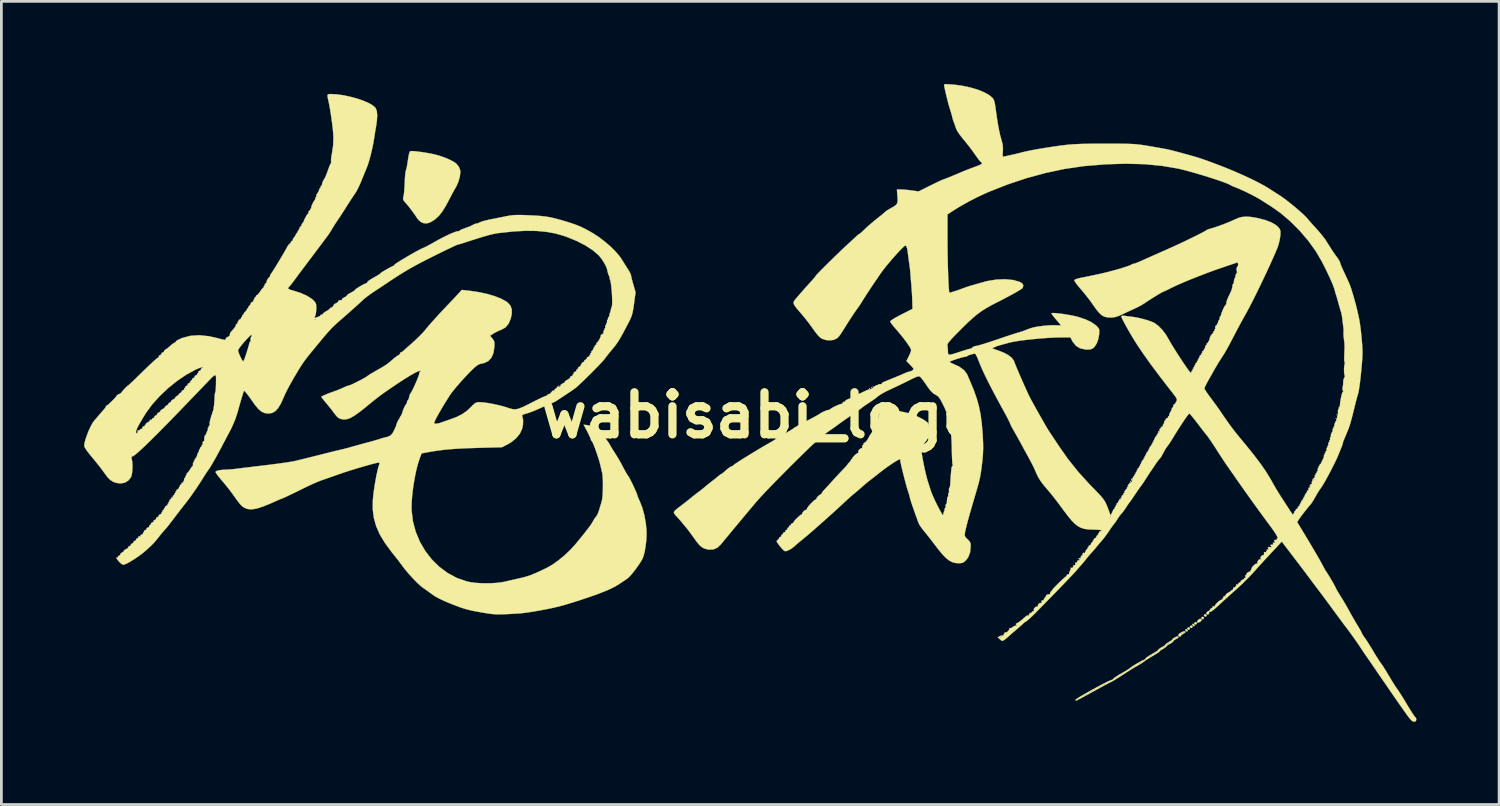
<source format=kicad_pcb>
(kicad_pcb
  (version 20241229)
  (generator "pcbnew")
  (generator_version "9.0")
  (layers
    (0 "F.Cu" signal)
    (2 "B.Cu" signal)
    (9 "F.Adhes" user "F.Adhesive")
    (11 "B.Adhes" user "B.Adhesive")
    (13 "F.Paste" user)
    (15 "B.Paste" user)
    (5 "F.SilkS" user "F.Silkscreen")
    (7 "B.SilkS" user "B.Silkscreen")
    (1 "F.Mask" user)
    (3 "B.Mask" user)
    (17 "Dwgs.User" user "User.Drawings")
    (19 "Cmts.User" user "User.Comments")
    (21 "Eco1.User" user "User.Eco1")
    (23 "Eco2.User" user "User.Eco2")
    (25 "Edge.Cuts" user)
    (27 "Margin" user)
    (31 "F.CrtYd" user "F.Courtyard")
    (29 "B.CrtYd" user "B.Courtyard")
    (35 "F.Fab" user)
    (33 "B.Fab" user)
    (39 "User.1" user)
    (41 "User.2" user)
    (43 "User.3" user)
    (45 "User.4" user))
  (footprint "wabisabi_logo"
    (layer "F.Cu")
    (at 24.57 12.013)
    (property "Reference" "wabisabi_logo" (at 0 0 0) (layer "F.SilkS") (effects (font (size 1.524 1.524) (thickness 0.3))))
    (attr through_hole)
    (fp_poly (pts (xy -7.334 -1.064) (xy -7.35 -1.048) (xy -7.366 -1.064) (xy -7.35 -1.079) (xy -7.334 -1.064)) (stroke (width 0.01) (type solid)) (fill yes) (layer "F.SilkS"))
    (fp_poly (pts (xy 3.937 -0.968) (xy 3.921 -0.953) (xy 3.905 -0.968) (xy 3.921 -0.984) (xy 3.937 -0.968)) (stroke (width 0.01) (type solid)) (fill yes) (layer "F.SilkS"))
    (fp_poly (pts (xy 4 -1) (xy 3.985 -0.984) (xy 3.969 -1) (xy 3.985 -1.016) (xy 4 -1)) (stroke (width 0.01) (type solid)) (fill yes) (layer "F.SilkS"))
    (fp_poly (pts (xy 4.064 -1.032) (xy 4.048 -1.016) (xy 4.032 -1.032) (xy 4.048 -1.048) (xy 4.064 -1.032)) (stroke (width 0.01) (type solid)) (fill yes) (layer "F.SilkS"))
    (fp_poly (pts (xy 13.399 2.397) (xy 13.383 2.413) (xy 13.367 2.397) (xy 13.383 2.381) (xy 13.399 2.397)) (stroke (width 0.01) (type solid)) (fill yes) (layer "F.SilkS"))
    (fp_poly (pts (xy 14.415 0.587) (xy 14.399 0.603) (xy 14.383 0.587) (xy 14.399 0.572) (xy 14.415 0.587)) (stroke (width 0.01) (type solid)) (fill yes) (layer "F.SilkS"))
    (fp_poly (pts (xy 20.86 0.111) (xy 20.844 0.127) (xy 20.828 0.111) (xy 20.844 0.095) (xy 20.86 0.111)) (stroke (width 0.01) (type solid)) (fill yes) (layer "F.SilkS"))
    (fp_poly (pts (xy 20.892 -0.016) (xy 20.876 0) (xy 20.86 -0.016) (xy 20.876 -0.032) (xy 20.892 -0.016)) (stroke (width 0.01) (type solid)) (fill yes) (layer "F.SilkS"))
    (fp_poly (pts (xy 15.453 7.785) (xy 15.462 7.812) (xy 15.442 7.84) (xy 15.402 7.83) (xy 15.382 7.808) (xy 15.373 7.766) (xy 15.378 7.758) (xy 15.415 7.755) (xy 15.453 7.785)) (stroke (width 0.01) (type solid)) (fill yes) (layer "F.SilkS"))
    (fp_poly (pts (xy 15.526 7.7) (xy 15.543 7.736) (xy 15.519 7.772) (xy 15.494 7.779) (xy 15.453 7.756) (xy 15.448 7.749) (xy 15.45 7.712) (xy 15.488 7.691) (xy 15.526 7.7)) (stroke (width 0.01) (type solid)) (fill yes) (layer "F.SilkS"))
    (fp_poly (pts (xy 15.622 7.636) (xy 15.638 7.673) (xy 15.615 7.708) (xy 15.589 7.715) (xy 15.548 7.692) (xy 15.543 7.686) (xy 15.545 7.648) (xy 15.583 7.628) (xy 15.622 7.636)) (stroke (width 0.01) (type solid)) (fill yes) (layer "F.SilkS"))
    (fp_poly (pts (xy 15.707 7.595) (xy 15.716 7.622) (xy 15.696 7.65) (xy 15.656 7.64) (xy 15.636 7.618) (xy 15.627 7.575) (xy 15.632 7.567) (xy 15.669 7.565) (xy 15.707 7.595)) (stroke (width 0.01) (type solid)) (fill yes) (layer "F.SilkS"))
    (fp_poly (pts (xy 15.78 7.509) (xy 15.797 7.546) (xy 15.773 7.581) (xy 15.748 7.588) (xy 15.707 7.565) (xy 15.702 7.559) (xy 15.704 7.521) (xy 15.742 7.501) (xy 15.78 7.509)) (stroke (width 0.01) (type solid)) (fill yes) (layer "F.SilkS"))
    (fp_poly (pts (xy 16.034 7.319) (xy 16.051 7.355) (xy 16.027 7.391) (xy 16.002 7.398) (xy 15.961 7.375) (xy 15.956 7.368) (xy 15.958 7.331) (xy 15.996 7.31) (xy 16.034 7.319)) (stroke (width 0.01) (type solid)) (fill yes) (layer "F.SilkS"))
    (fp_poly (pts (xy 16.13 7.223) (xy 16.146 7.26) (xy 16.123 7.296) (xy 16.097 7.303) (xy 16.056 7.28) (xy 16.051 7.273) (xy 16.053 7.235) (xy 16.091 7.215) (xy 16.13 7.223)) (stroke (width 0.01) (type solid)) (fill yes) (layer "F.SilkS"))
    (fp_poly (pts (xy 15.948 7.395) (xy 15.95 7.397) (xy 15.965 7.436) (xy 15.924 7.479) (xy 15.854 7.52) (xy 15.811 7.514) (xy 15.799 7.499) (xy 15.808 7.462) (xy 15.848 7.417) (xy 15.906 7.381) (xy 15.948 7.395)) (stroke (width 0.01) (type solid)) (fill yes) (layer "F.SilkS"))
    (fp_poly (pts (xy 15.373 7.835) (xy 15.375 7.838) (xy 15.374 7.873) (xy 15.313 7.917) (xy 15.307 7.92) (xy 15.241 7.962) (xy 15.209 7.998) (xy 15.208 8.002) (xy 15.187 8.031) (xy 15.144 8.02) (xy 15.134 8.012) (xy 15.115 7.975) (xy 15.139 7.936) (xy 15.16 7.922) (xy 15.208 7.922) (xy 15.224 7.938) (xy 15.24 7.922) (xy 15.224 7.906) (xy 15.208 7.922) (xy 15.16 7.922) (xy 15.206 7.89) (xy 15.272 7.89) (xy 15.288 7.906) (xy 15.303 7.89) (xy 15.288 7.874) (xy 15.272 7.89) (xy 15.206 7.89) (xy 15.214 7.884) (xy 15.229 7.875) (xy 15.319 7.834) (xy 15.373 7.835)) (stroke (width 0.01) (type solid)) (fill yes) (layer "F.SilkS"))
    (fp_poly (pts (xy -12.579 -9.578) (xy -12.437 -9.562) (xy -12.274 -9.54) (xy -12.104 -9.512) (xy -11.94 -9.48) (xy -11.796 -9.447) (xy -11.788 -9.445) (xy -11.6 -9.388) (xy -11.414 -9.317) (xy -11.247 -9.24) (xy -11.117 -9.165) (xy -11.079 -9.137) (xy -10.98 -9.021) (xy -10.927 -8.885) (xy -10.922 -8.827) (xy -10.942 -8.656) (xy -10.994 -8.47) (xy -11.069 -8.302) (xy -11.089 -8.267) (xy -11.138 -8.183) (xy -11.205 -8.061) (xy -11.278 -7.921) (xy -11.32 -7.84) (xy -11.452 -7.591) (xy -11.575 -7.395) (xy -11.695 -7.242) (xy -11.819 -7.124) (xy -11.891 -7.071) (xy -12.03 -6.991) (xy -12.148 -6.958) (xy -12.26 -6.971) (xy -12.337 -7.003) (xy -12.42 -7.064) (xy -12.49 -7.148) (xy -12.493 -7.153) (xy -12.544 -7.231) (xy -12.62 -7.34) (xy -12.708 -7.459) (xy -12.792 -7.568) (xy -12.858 -7.648) (xy -12.867 -7.659) (xy -12.946 -7.747) (xy -12.988 -7.807) (xy -13.001 -7.857) (xy -12.992 -7.914) (xy -12.985 -7.939) (xy -12.971 -8.014) (xy -12.958 -8.135) (xy -12.947 -8.285) (xy -12.94 -8.434) (xy -12.933 -8.589) (xy -12.923 -8.725) (xy -12.91 -8.827) (xy -12.898 -8.879) (xy -12.88 -8.935) (xy -12.859 -9.036) (xy -12.837 -9.167) (xy -12.825 -9.251) (xy -12.802 -9.395) (xy -12.777 -9.505) (xy -12.754 -9.568) (xy -12.744 -9.578) (xy -12.686 -9.584) (xy -12.579 -9.578)) (stroke (width 0.01) (type solid)) (fill yes) (layer "F.SilkS"))
    (fp_poly (pts (xy 15.121 8.028) (xy 15.122 8.029) (xy 15.121 8.063) (xy 15.06 8.106) (xy 15.04 8.116) (xy 14.971 8.155) (xy 14.939 8.186) (xy 14.939 8.193) (xy 14.922 8.219) (xy 14.862 8.261) (xy 14.812 8.29) (xy 14.735 8.335) (xy 14.691 8.368) (xy 14.686 8.379) (xy 14.67 8.401) (xy 14.612 8.444) (xy 14.55 8.482) (xy 14.473 8.53) (xy 14.432 8.563) (xy 14.43 8.572) (xy 14.419 8.587) (xy 14.362 8.625) (xy 14.271 8.681) (xy 14.208 8.718) (xy 14.087 8.789) (xy 13.982 8.855) (xy 13.908 8.905) (xy 13.891 8.919) (xy 13.83 8.964) (xy 13.735 9.025) (xy 13.638 9.082) (xy 13.507 9.158) (xy 13.359 9.248) (xy 13.251 9.317) (xy 13.068 9.436) (xy 12.91 9.536) (xy 12.784 9.613) (xy 12.698 9.664) (xy 12.656 9.684) (xy 12.655 9.684) (xy 12.623 9.698) (xy 12.544 9.74) (xy 12.426 9.803) (xy 12.277 9.884) (xy 12.106 9.978) (xy 12.035 10.017) (xy 11.858 10.115) (xy 11.7 10.201) (xy 11.569 10.272) (xy 11.475 10.322) (xy 11.424 10.348) (xy 11.418 10.351) (xy 11.389 10.329) (xy 11.386 10.325) (xy 11.408 10.303) (xy 11.408 10.303) (xy 11.43 10.303) (xy 11.446 10.319) (xy 11.462 10.303) (xy 11.446 10.287) (xy 11.43 10.303) (xy 11.408 10.303) (xy 11.456 10.271) (xy 11.493 10.271) (xy 11.509 10.287) (xy 11.525 10.271) (xy 11.509 10.255) (xy 11.493 10.271) (xy 11.456 10.271) (xy 11.476 10.257) (xy 11.558 10.208) (xy 11.589 10.208) (xy 11.605 10.223) (xy 11.62 10.208) (xy 11.605 10.192) (xy 11.589 10.208) (xy 11.558 10.208) (xy 11.583 10.192) (xy 11.611 10.176) (xy 11.652 10.176) (xy 11.668 10.192) (xy 11.684 10.176) (xy 11.668 10.16) (xy 11.652 10.176) (xy 11.611 10.176) (xy 11.665 10.144) (xy 11.716 10.144) (xy 11.732 10.16) (xy 11.748 10.144) (xy 11.732 10.128) (xy 11.716 10.144) (xy 11.665 10.144) (xy 11.717 10.114) (xy 11.719 10.112) (xy 11.779 10.112) (xy 11.795 10.128) (xy 11.811 10.112) (xy 11.795 10.097) (xy 11.779 10.112) (xy 11.719 10.112) (xy 11.831 10.049) (xy 11.874 10.049) (xy 11.89 10.065) (xy 11.906 10.049) (xy 11.89 10.033) (xy 11.874 10.049) (xy 11.831 10.049) (xy 11.871 10.026) (xy 11.887 10.017) (xy 11.938 10.017) (xy 11.954 10.033) (xy 11.97 10.017) (xy 11.954 10.001) (xy 11.938 10.017) (xy 11.887 10.017) (xy 11.944 9.985) (xy 12.002 9.985) (xy 12.017 10.001) (xy 12.033 9.985) (xy 12.017 9.97) (xy 12.002 9.985) (xy 11.944 9.985) (xy 12.001 9.954) (xy 12.065 9.954) (xy 12.081 9.97) (xy 12.097 9.954) (xy 12.081 9.938) (xy 12.065 9.954) (xy 12.001 9.954) (xy 12.034 9.936) (xy 12.175 9.858) (xy 12.224 9.858) (xy 12.24 9.874) (xy 12.255 9.858) (xy 12.24 9.842) (xy 12.224 9.858) (xy 12.175 9.858) (xy 12.197 9.847) (xy 12.235 9.827) (xy 12.287 9.827) (xy 12.303 9.842) (xy 12.319 9.827) (xy 12.303 9.811) (xy 12.287 9.827) (xy 12.235 9.827) (xy 12.294 9.795) (xy 12.351 9.795) (xy 12.367 9.811) (xy 12.383 9.795) (xy 12.367 9.779) (xy 12.351 9.795) (xy 12.294 9.795) (xy 12.351 9.765) (xy 12.354 9.763) (xy 12.414 9.763) (xy 12.43 9.779) (xy 12.446 9.763) (xy 12.43 9.747) (xy 12.414 9.763) (xy 12.354 9.763) (xy 12.486 9.695) (xy 12.542 9.668) (xy 12.573 9.668) (xy 12.589 9.684) (xy 12.605 9.668) (xy 12.589 9.652) (xy 12.573 9.668) (xy 12.542 9.668) (xy 12.594 9.643) (xy 12.664 9.613) (xy 12.676 9.609) (xy 12.739 9.584) (xy 12.764 9.559) (xy 12.789 9.532) (xy 12.822 9.509) (xy 12.859 9.509) (xy 12.875 9.525) (xy 12.89 9.509) (xy 12.875 9.493) (xy 12.859 9.509) (xy 12.822 9.509) (xy 12.86 9.483) (xy 12.962 9.418) (xy 12.969 9.414) (xy 13.018 9.414) (xy 13.033 9.43) (xy 13.049 9.414) (xy 13.033 9.398) (xy 13.018 9.414) (xy 12.969 9.414) (xy 13.024 9.382) (xy 13.081 9.382) (xy 13.097 9.398) (xy 13.113 9.382) (xy 13.097 9.366) (xy 13.081 9.382) (xy 13.024 9.382) (xy 13.057 9.362) (xy 13.182 9.29) (xy 13.286 9.226) (xy 13.358 9.179) (xy 13.382 9.16) (xy 13.399 9.16) (xy 13.414 9.176) (xy 13.43 9.16) (xy 13.414 9.144) (xy 13.399 9.16) (xy 13.382 9.16) (xy 13.383 9.159) (xy 13.422 9.128) (xy 13.462 9.128) (xy 13.478 9.144) (xy 13.494 9.128) (xy 13.478 9.112) (xy 13.462 9.128) (xy 13.422 9.128) (xy 13.427 9.124) (xy 13.469 9.096) (xy 13.525 9.096) (xy 13.541 9.112) (xy 13.557 9.096) (xy 13.541 9.081) (xy 13.525 9.096) (xy 13.469 9.096) (xy 13.508 9.071) (xy 13.611 9.009) (xy 13.625 9.001) (xy 13.684 9.001) (xy 13.7 9.017) (xy 13.716 9.001) (xy 13.7 8.985) (xy 13.684 9.001) (xy 13.625 9.001) (xy 13.681 8.969) (xy 13.748 8.969) (xy 13.764 8.985) (xy 13.78 8.969) (xy 13.764 8.954) (xy 13.748 8.969) (xy 13.681 8.969) (xy 13.718 8.948) (xy 13.798 8.906) (xy 13.843 8.906) (xy 13.859 8.922) (xy 13.875 8.906) (xy 13.859 8.89) (xy 13.843 8.906) (xy 13.798 8.906) (xy 13.815 8.897) (xy 13.884 8.865) (xy 13.906 8.858) (xy 13.929 8.841) (xy 13.925 8.831) (xy 13.944 8.805) (xy 14.007 8.758) (xy 14.023 8.747) (xy 14.065 8.747) (xy 14.081 8.763) (xy 14.097 8.747) (xy 14.081 8.731) (xy 14.065 8.747) (xy 14.023 8.747) (xy 14.074 8.715) (xy 14.129 8.715) (xy 14.145 8.731) (xy 14.161 8.715) (xy 14.145 8.7) (xy 14.129 8.715) (xy 14.074 8.715) (xy 14.103 8.697) (xy 14.159 8.665) (xy 14.181 8.652) (xy 14.224 8.652) (xy 14.24 8.668) (xy 14.256 8.652) (xy 14.24 8.636) (xy 14.224 8.652) (xy 14.181 8.652) (xy 14.235 8.62) (xy 14.287 8.62) (xy 14.303 8.636) (xy 14.319 8.62) (xy 14.303 8.604) (xy 14.287 8.62) (xy 14.235 8.62) (xy 14.267 8.601) (xy 14.287 8.588) (xy 14.351 8.588) (xy 14.367 8.604) (xy 14.383 8.588) (xy 14.367 8.572) (xy 14.351 8.588) (xy 14.287 8.588) (xy 14.349 8.548) (xy 14.393 8.513) (xy 14.396 8.505) (xy 14.405 8.493) (xy 14.446 8.493) (xy 14.462 8.509) (xy 14.478 8.493) (xy 14.462 8.477) (xy 14.446 8.493) (xy 14.405 8.493) (xy 14.415 8.481) (xy 14.474 8.439) (xy 14.491 8.43) (xy 14.541 8.43) (xy 14.557 8.445) (xy 14.573 8.43) (xy 14.557 8.414) (xy 14.541 8.43) (xy 14.491 8.43) (xy 14.525 8.411) (xy 14.547 8.398) (xy 14.605 8.398) (xy 14.621 8.414) (xy 14.637 8.398) (xy 14.621 8.382) (xy 14.605 8.398) (xy 14.547 8.398) (xy 14.602 8.366) (xy 14.646 8.332) (xy 14.651 8.322) (xy 14.665 8.303) (xy 14.7 8.303) (xy 14.716 8.319) (xy 14.732 8.303) (xy 14.716 8.287) (xy 14.7 8.303) (xy 14.665 8.303) (xy 14.667 8.299) (xy 14.706 8.271) (xy 14.764 8.271) (xy 14.78 8.287) (xy 14.796 8.271) (xy 14.78 8.255) (xy 14.764 8.271) (xy 14.706 8.271) (xy 14.725 8.257) (xy 14.787 8.218) (xy 14.804 8.207) (xy 14.859 8.207) (xy 14.875 8.223) (xy 14.891 8.207) (xy 14.875 8.191) (xy 14.859 8.207) (xy 14.804 8.207) (xy 14.864 8.17) (xy 14.905 8.137) (xy 14.907 8.128) (xy 14.91 8.114) (xy 14.912 8.112) (xy 14.954 8.112) (xy 14.97 8.128) (xy 14.986 8.112) (xy 14.97 8.096) (xy 14.954 8.112) (xy 14.912 8.112) (xy 14.954 8.08) (xy 15.018 8.08) (xy 15.034 8.096) (xy 15.05 8.08) (xy 15.034 8.065) (xy 15.018 8.08) (xy 14.954 8.08) (xy 14.957 8.079) (xy 14.982 8.062) (xy 15.071 8.021) (xy 15.121 8.028)) (stroke (width 0.01) (type solid)) (fill yes) (layer "F.SilkS"))
    (fp_poly (pts (xy -15.405 -11.641) (xy -15.169 -11.608) (xy -14.927 -11.558) (xy -14.689 -11.494) (xy -14.468 -11.42) (xy -14.275 -11.339) (xy -14.12 -11.254) (xy -14.015 -11.169) (xy -14.003 -11.155) (xy -13.956 -11.049) (xy -13.938 -10.888) (xy -13.951 -10.674) (xy -13.983 -10.457) (xy -14.009 -10.312) (xy -14.032 -10.167) (xy -14.049 -10.053) (xy -14.05 -10.049) (xy -14.078 -9.879) (xy -14.118 -9.683) (xy -14.166 -9.479) (xy -14.217 -9.284) (xy -14.267 -9.116) (xy -14.309 -9.001) (xy -14.356 -8.887) (xy -14.418 -8.738) (xy -14.483 -8.577) (xy -14.516 -8.495) (xy -14.58 -8.348) (xy -14.647 -8.209) (xy -14.708 -8.097) (xy -14.738 -8.051) (xy -14.792 -7.973) (xy -14.869 -7.857) (xy -14.959 -7.718) (xy -15.051 -7.572) (xy -15.143 -7.427) (xy -15.232 -7.289) (xy -15.308 -7.173) (xy -15.361 -7.096) (xy -15.361 -7.096) (xy -15.429 -6.995) (xy -15.508 -6.873) (xy -15.555 -6.795) (xy -15.622 -6.684) (xy -15.688 -6.58) (xy -15.727 -6.525) (xy -15.781 -6.452) (xy -15.865 -6.339) (xy -15.972 -6.196) (xy -16.094 -6.034) (xy -16.222 -5.863) (xy -16.35 -5.693) (xy -16.469 -5.536) (xy -16.571 -5.4) (xy -16.626 -5.328) (xy -16.728 -5.193) (xy -16.834 -5.049) (xy -16.927 -4.923) (xy -16.949 -4.893) (xy -17.022 -4.795) (xy -17.087 -4.714) (xy -17.129 -4.667) (xy -17.131 -4.666) (xy -17.171 -4.619) (xy -17.159 -4.584) (xy -17.089 -4.553) (xy -17.042 -4.539) (xy -16.734 -4.444) (xy -16.486 -4.335) (xy -16.299 -4.213) (xy -16.234 -4.153) (xy -16.184 -4.092) (xy -16.157 -4.031) (xy -16.148 -3.945) (xy -16.148 -3.863) (xy -16.156 -3.745) (xy -16.173 -3.642) (xy -16.191 -3.591) (xy -16.216 -3.538) (xy -16.203 -3.528) (xy -16.172 -3.539) (xy -16.092 -3.568) (xy -16.058 -3.579) (xy -16.011 -3.606) (xy -16.002 -3.623) (xy -15.976 -3.648) (xy -15.954 -3.651) (xy -15.912 -3.668) (xy -15.907 -3.682) (xy -15.881 -3.714) (xy -15.816 -3.759) (xy -15.78 -3.778) (xy -15.703 -3.824) (xy -15.658 -3.864) (xy -15.653 -3.876) (xy -15.636 -3.899) (xy -15.629 -3.896) (xy -15.594 -3.906) (xy -15.549 -3.943) (xy -15.516 -3.986) (xy -15.514 -4.009) (xy -15.498 -4.03) (xy -15.441 -4.06) (xy -15.432 -4.063) (xy -15.371 -4.097) (xy -15.35 -4.126) (xy -15.351 -4.128) (xy -15.343 -4.157) (xy -15.299 -4.176) (xy -15.247 -4.177) (xy -15.232 -4.17) (xy -15.214 -4.169) (xy -15.221 -4.186) (xy -15.211 -4.223) (xy -15.147 -4.268) (xy -15.132 -4.275) (xy -15.064 -4.314) (xy -15.033 -4.344) (xy -15.033 -4.349) (xy -15.015 -4.374) (xy -14.954 -4.414) (xy -14.892 -4.447) (xy -14.809 -4.493) (xy -14.758 -4.528) (xy -14.749 -4.543) (xy -14.73 -4.566) (xy -14.67 -4.609) (xy -14.586 -4.662) (xy -14.492 -4.716) (xy -14.406 -4.762) (xy -14.342 -4.79) (xy -14.323 -4.794) (xy -14.298 -4.812) (xy -14.302 -4.824) (xy -14.284 -4.851) (xy -14.221 -4.899) (xy -14.124 -4.96) (xy -14.058 -4.998) (xy -13.949 -5.06) (xy -13.869 -5.108) (xy -13.828 -5.138) (xy -13.827 -5.143) (xy -13.817 -5.157) (xy -13.765 -5.193) (xy -13.683 -5.243) (xy -13.587 -5.299) (xy -13.49 -5.353) (xy -13.405 -5.398) (xy -13.346 -5.425) (xy -13.329 -5.429) (xy -13.312 -5.448) (xy -13.316 -5.456) (xy -13.295 -5.478) (xy -13.228 -5.525) (xy -13.126 -5.59) (xy -12.998 -5.668) (xy -12.856 -5.752) (xy -12.709 -5.838) (xy -12.568 -5.918) (xy -12.441 -5.986) (xy -12.341 -6.038) (xy -12.277 -6.066) (xy -12.271 -6.068) (xy -12.218 -6.091) (xy -12.124 -6.139) (xy -12.001 -6.206) (xy -11.864 -6.283) (xy -11.863 -6.284) (xy -11.677 -6.387) (xy -11.495 -6.481) (xy -11.327 -6.562) (xy -11.18 -6.625) (xy -11.066 -6.666) (xy -10.993 -6.681) (xy -10.975 -6.678) (xy -10.955 -6.674) (xy -10.962 -6.684) (xy -10.946 -6.705) (xy -10.882 -6.738) (xy -10.783 -6.776) (xy -10.762 -6.783) (xy -10.642 -6.826) (xy -10.537 -6.869) (xy -10.471 -6.904) (xy -10.469 -6.905) (xy -10.395 -6.942) (xy -10.342 -6.953) (xy -10.272 -6.97) (xy -10.214 -6.999) (xy -10.155 -7.024) (xy -10.049 -7.055) (xy -9.914 -7.088) (xy -9.811 -7.11) (xy -9.637 -7.144) (xy -9.454 -7.18) (xy -9.29 -7.214) (xy -9.228 -7.226) (xy -9.111 -7.247) (xy -8.991 -7.26) (xy -8.853 -7.265) (xy -8.682 -7.264) (xy -8.466 -7.256) (xy -8.213 -7.244) (xy -8.006 -7.229) (xy -7.829 -7.209) (xy -7.664 -7.181) (xy -7.494 -7.143) (xy -7.302 -7.091) (xy -7.194 -7.06) (xy -6.95 -6.986) (xy -6.749 -6.917) (xy -6.574 -6.847) (xy -6.405 -6.766) (xy -6.224 -6.667) (xy -6.104 -6.598) (xy -5.89 -6.458) (xy -5.675 -6.293) (xy -5.47 -6.115) (xy -5.289 -5.935) (xy -5.144 -5.765) (xy -5.076 -5.667) (xy -4.997 -5.539) (xy -4.907 -5.396) (xy -4.851 -5.309) (xy -4.79 -5.209) (xy -4.748 -5.125) (xy -4.732 -5.076) (xy -4.723 -5.023) (xy -4.7 -4.927) (xy -4.667 -4.804) (xy -4.649 -4.742) (xy -4.568 -4.461) (xy -4.623 -4.048) (xy -4.649 -3.869) (xy -4.674 -3.735) (xy -4.702 -3.627) (xy -4.741 -3.527) (xy -4.794 -3.416) (xy -4.82 -3.365) (xy -4.937 -3.142) (xy -5.032 -2.964) (xy -5.11 -2.823) (xy -5.179 -2.709) (xy -5.243 -2.611) (xy -5.311 -2.519) (xy -5.387 -2.424) (xy -5.478 -2.315) (xy -5.493 -2.298) (xy -5.579 -2.191) (xy -5.667 -2.077) (xy -5.696 -2.037) (xy -5.747 -1.977) (xy -5.834 -1.882) (xy -5.949 -1.762) (xy -6.083 -1.625) (xy -6.227 -1.481) (xy -6.371 -1.339) (xy -6.507 -1.208) (xy -6.626 -1.096) (xy -6.717 -1.014) (xy -6.765 -0.975) (xy -6.819 -0.937) (xy -6.911 -0.874) (xy -7.027 -0.796) (xy -7.154 -0.712) (xy -7.276 -0.63) (xy -7.38 -0.562) (xy -7.453 -0.514) (xy -7.472 -0.502) (xy -7.517 -0.48) (xy -7.604 -0.441) (xy -7.717 -0.393) (xy -7.747 -0.38) (xy -7.893 -0.318) (xy -8.047 -0.25) (xy -8.176 -0.192) (xy -8.176 -0.192) (xy -8.309 -0.137) (xy -8.45 -0.087) (xy -8.534 -0.062) (xy -8.632 -0.033) (xy -8.677 -0.006) (xy -8.681 0.026) (xy -8.679 0.03) (xy -8.647 0.164) (xy -8.65 0.331) (xy -8.683 0.493) (xy -8.766 0.671) (xy -8.905 0.838) (xy -9.092 0.987) (xy -9.23 1.066) (xy -9.414 1.159) (xy -10.223 1.18) (xy -10.615 1.192) (xy -10.954 1.207) (xy -11.25 1.227) (xy -11.516 1.252) (xy -11.761 1.283) (xy -11.996 1.321) (xy -12.029 1.327) (xy -12.327 1.381) (xy -12.389 1.54) (xy -12.459 1.751) (xy -12.525 2.008) (xy -12.583 2.296) (xy -12.632 2.597) (xy -12.668 2.894) (xy -12.689 3.171) (xy -12.692 3.41) (xy -12.691 3.445) (xy -12.644 3.841) (xy -12.542 4.224) (xy -12.391 4.586) (xy -12.195 4.922) (xy -11.958 5.228) (xy -11.686 5.496) (xy -11.383 5.721) (xy -11.053 5.898) (xy -10.701 6.021) (xy -10.591 6.047) (xy -10.377 6.078) (xy -10.126 6.093) (xy -9.862 6.094) (xy -9.606 6.079) (xy -9.381 6.049) (xy -9.319 6.036) (xy -9.169 6.001) (xy -8.988 5.96) (xy -8.808 5.919) (xy -8.747 5.905) (xy -8.61 5.872) (xy -8.485 5.836) (xy -8.358 5.792) (xy -8.217 5.734) (xy -8.048 5.658) (xy -7.839 5.559) (xy -7.788 5.535) (xy -7.587 5.42) (xy -7.367 5.264) (xy -7.143 5.079) (xy -6.931 4.878) (xy -6.745 4.674) (xy -6.726 4.651) (xy -6.631 4.534) (xy -6.549 4.433) (xy -6.489 4.36) (xy -6.462 4.327) (xy -6.419 4.273) (xy -6.375 4.216) (xy -6.317 4.14) (xy -6.25 4.054) (xy -6.245 4.048) (xy -6.176 3.951) (xy -6.114 3.846) (xy -6.112 3.842) (xy -6.06 3.754) (xy -6.007 3.684) (xy -6 3.677) (xy -5.961 3.618) (xy -5.918 3.522) (xy -5.89 3.439) (xy -5.852 3.312) (xy -5.814 3.186) (xy -5.795 3.124) (xy -5.776 3.029) (xy -5.762 2.887) (xy -5.754 2.717) (xy -5.751 2.535) (xy -5.753 2.36) (xy -5.762 2.208) (xy -5.776 2.097) (xy -5.78 2.08) (xy -5.803 1.987) (xy -5.819 1.916) (xy -5.822 1.905) (xy -5.844 1.804) (xy -5.88 1.671) (xy -5.927 1.52) (xy -5.978 1.364) (xy -6.031 1.215) (xy -6.08 1.088) (xy -6.12 0.995) (xy -6.148 0.949) (xy -6.148 0.949) (xy -6.186 0.897) (xy -6.191 0.873) (xy -6.205 0.829) (xy -6.243 0.744) (xy -6.296 0.634) (xy -6.32 0.587) (xy -6.45 0.341) (xy -6.286 0.362) (xy -6.109 0.395) (xy -5.979 0.446) (xy -5.877 0.524) (xy -5.788 0.639) (xy -5.779 0.653) (xy -5.709 0.761) (xy -5.641 0.859) (xy -5.601 0.915) (xy -5.54 1.001) (xy -5.494 1.079) (xy -5.454 1.15) (xy -5.395 1.248) (xy -5.35 1.318) (xy -5.24 1.491) (xy -5.149 1.644) (xy -5.06 1.806) (xy -5 1.921) (xy -4.939 2.034) (xy -4.884 2.128) (xy -4.845 2.187) (xy -4.841 2.192) (xy -4.81 2.24) (xy -4.762 2.328) (xy -4.704 2.442) (xy -4.643 2.568) (xy -4.587 2.691) (xy -4.541 2.796) (xy -4.513 2.868) (xy -4.508 2.889) (xy -4.496 2.931) (xy -4.462 3.014) (xy -4.414 3.12) (xy -4.409 3.131) (xy -4.322 3.356) (xy -4.249 3.623) (xy -4.197 3.91) (xy -4.171 4.159) (xy -4.168 4.346) (xy -4.18 4.553) (xy -4.205 4.762) (xy -4.24 4.956) (xy -4.282 5.117) (xy -4.318 5.208) (xy -4.385 5.323) (xy -4.475 5.458) (xy -4.577 5.598) (xy -4.681 5.73) (xy -4.776 5.839) (xy -4.851 5.911) (xy -4.865 5.922) (xy -4.944 5.975) (xy -5.052 6.047) (xy -5.168 6.125) (xy -5.175 6.13) (xy -5.318 6.215) (xy -5.499 6.305) (xy -5.722 6.4) (xy -5.991 6.503) (xy -6.309 6.614) (xy -6.682 6.736) (xy -7.112 6.87) (xy -7.128 6.875) (xy -7.315 6.926) (xy -7.543 6.98) (xy -7.798 7.033) (xy -8.062 7.083) (xy -8.32 7.127) (xy -8.557 7.162) (xy -8.755 7.185) (xy -8.826 7.19) (xy -9.077 7.204) (xy -9.277 7.214) (xy -9.436 7.22) (xy -9.567 7.221) (xy -9.683 7.216) (xy -9.794 7.206) (xy -9.912 7.19) (xy -10.049 7.168) (xy -10.196 7.143) (xy -10.415 7.103) (xy -10.594 7.064) (xy -10.755 7.021) (xy -10.919 6.968) (xy -11.107 6.898) (xy -11.235 6.848) (xy -11.48 6.746) (xy -11.683 6.652) (xy -11.837 6.568) (xy -11.913 6.518) (xy -12.031 6.431) (xy -12.168 6.333) (xy -12.278 6.256) (xy -12.384 6.171) (xy -12.516 6.047) (xy -12.661 5.897) (xy -12.807 5.735) (xy -12.941 5.574) (xy -13.05 5.429) (xy -13.098 5.364) (xy -13.176 5.262) (xy -13.275 5.136) (xy -13.385 4.997) (xy -13.419 4.954) (xy -13.659 4.63) (xy -13.844 4.322) (xy -13.977 4.021) (xy -14.061 3.719) (xy -14.1 3.406) (xy -14.096 3.073) (xy -14.093 3.039) (xy -14.073 2.84) (xy -14.043 2.62) (xy -14.006 2.396) (xy -13.966 2.181) (xy -13.924 1.99) (xy -13.883 1.837) (xy -13.854 1.754) (xy -13.864 1.72) (xy -13.888 1.714) (xy -13.942 1.724) (xy -14.047 1.749) (xy -14.189 1.786) (xy -14.359 1.834) (xy -14.545 1.888) (xy -14.735 1.945) (xy -14.92 2.001) (xy -15.088 2.055) (xy -15.228 2.102) (xy -15.256 2.112) (xy -15.411 2.167) (xy -15.565 2.221) (xy -15.695 2.267) (xy -15.748 2.285) (xy -15.895 2.336) (xy -16.022 2.382) (xy -16.141 2.43) (xy -16.266 2.484) (xy -16.409 2.55) (xy -16.584 2.634) (xy -16.785 2.733) (xy -16.961 2.819) (xy -17.117 2.894) (xy -17.244 2.955) (xy -17.335 2.997) (xy -17.379 3.016) (xy -17.382 3.016) (xy -17.42 3.028) (xy -17.496 3.06) (xy -17.552 3.085) (xy -17.829 3.208) (xy -18.06 3.301) (xy -18.249 3.365) (xy -18.405 3.401) (xy -18.535 3.411) (xy -18.645 3.397) (xy -18.743 3.359) (xy -18.768 3.345) (xy -18.812 3.317) (xy -18.855 3.282) (xy -18.902 3.232) (xy -18.962 3.16) (xy -19.04 3.055) (xy -19.144 2.912) (xy -19.209 2.82) (xy -19.293 2.708) (xy -19.403 2.569) (xy -19.52 2.427) (xy -19.583 2.354) (xy -19.675 2.244) (xy -19.748 2.149) (xy -19.793 2.081) (xy -19.803 2.052) (xy -19.759 2.016) (xy -19.657 1.99) (xy -19.504 1.975) (xy -19.431 1.972) (xy -19.307 1.966) (xy -19.155 1.953) (xy -19.018 1.937) (xy -18.905 1.922) (xy -18.745 1.902) (xy -18.555 1.88) (xy -18.353 1.855) (xy -18.224 1.84) (xy -17.899 1.801) (xy -17.606 1.764) (xy -17.352 1.729) (xy -17.142 1.698) (xy -16.983 1.671) (xy -16.891 1.651) (xy -16.809 1.631) (xy -16.688 1.601) (xy -16.548 1.567) (xy -16.494 1.554) (xy -16.35 1.518) (xy -16.167 1.473) (xy -15.969 1.423) (xy -15.781 1.375) (xy -15.78 1.375) (xy -15.611 1.332) (xy -15.454 1.293) (xy -15.323 1.262) (xy -15.235 1.241) (xy -15.224 1.239) (xy -15.118 1.214) (xy -14.99 1.18) (xy -14.922 1.161) (xy -14.826 1.133) (xy -14.686 1.094) (xy -14.519 1.048) (xy -14.342 1) (xy -14.303 0.99) (xy -14.143 0.946) (xy -14.003 0.907) (xy -13.897 0.876) (xy -13.836 0.856) (xy -13.827 0.852) (xy -13.776 0.834) (xy -13.694 0.813) (xy -13.684 0.811) (xy -13.547 0.777) (xy -13.454 0.73) (xy -13.386 0.656) (xy -13.335 0.564) (xy -13.292 0.473) (xy -13.262 0.406) (xy -13.254 0.384) (xy -13.239 0.324) (xy -13.208 0.246) (xy -13.172 0.175) (xy -13.141 0.131) (xy -13.133 0.127) (xy -13.117 0.113) (xy -13.122 0.107) (xy -13.119 0.073) (xy -13.095 0.042) (xy -13.053 -0.024) (xy -13.031 -0.09) (xy -13.005 -0.174) (xy -12.966 -0.269) (xy -12.925 -0.352) (xy -12.89 -0.402) (xy -12.883 -0.407) (xy -12.863 -0.444) (xy -12.859 -0.479) (xy -12.846 -0.529) (xy -12.831 -0.54) (xy -12.807 -0.568) (xy -12.785 -0.637) (xy -12.78 -0.659) (xy -12.759 -0.74) (xy -12.737 -0.789) (xy -12.733 -0.794) (xy -12.704 -0.832) (xy -12.66 -0.915) (xy -12.605 -1.027) (xy -12.548 -1.155) (xy -12.493 -1.282) (xy -12.449 -1.394) (xy -12.421 -1.477) (xy -12.414 -1.51) (xy -12.399 -1.573) (xy -12.375 -1.598) (xy -12.352 -1.613) (xy -12.376 -1.617) (xy -12.445 -1.6) (xy -12.562 -1.545) (xy -12.725 -1.453) (xy -12.932 -1.326) (xy -13.182 -1.164) (xy -13.471 -0.969) (xy -13.716 -0.799) (xy -13.833 -0.714) (xy -13.975 -0.605) (xy -14.12 -0.489) (xy -14.191 -0.431) (xy -14.417 -0.245) (xy -14.604 -0.1) (xy -14.758 0.008) (xy -14.886 0.084) (xy -14.995 0.13) (xy -15.092 0.15) (xy -15.183 0.148) (xy -15.236 0.138) (xy -15.303 0.117) (xy -15.361 0.082) (xy -15.422 0.021) (xy -15.499 -0.076) (xy -15.536 -0.127) (xy -15.627 -0.246) (xy -15.735 -0.38) (xy -15.822 -0.484) (xy -15.896 -0.572) (xy -15.947 -0.64) (xy -15.968 -0.674) (xy -15.967 -0.676) (xy -15.905 -0.708) (xy -15.803 -0.753) (xy -15.681 -0.802) (xy -15.557 -0.848) (xy -15.51 -0.864) (xy -15.375 -0.913) (xy -15.237 -0.97) (xy -15.166 -1.003) (xy -15.071 -1.046) (xy -14.994 -1.074) (xy -14.965 -1.079) (xy -14.92 -1.094) (xy -14.835 -1.131) (xy -14.724 -1.185) (xy -14.601 -1.247) (xy -14.481 -1.31) (xy -14.38 -1.367) (xy -14.31 -1.41) (xy -14.287 -1.428) (xy -14.255 -1.452) (xy -14.179 -1.5) (xy -14.069 -1.564) (xy -13.939 -1.639) (xy -13.938 -1.64) (xy -13.787 -1.726) (xy -13.675 -1.793) (xy -13.586 -1.853) (xy -13.503 -1.917) (xy -13.409 -1.996) (xy -13.341 -2.056) (xy -13.26 -2.121) (xy -13.191 -2.167) (xy -13.168 -2.177) (xy -13.121 -2.214) (xy -13.113 -2.241) (xy -13.09 -2.281) (xy -13.072 -2.286) (xy -13.021 -2.308) (xy -12.982 -2.342) (xy -12.932 -2.39) (xy -12.851 -2.463) (xy -12.762 -2.54) (xy -12.655 -2.634) (xy -12.535 -2.745) (xy -12.415 -2.861) (xy -12.307 -2.971) (xy -12.224 -3.06) (xy -12.184 -3.11) (xy -12.132 -3.176) (xy -12.044 -3.279) (xy -11.93 -3.409) (xy -11.796 -3.556) (xy -11.653 -3.713) (xy -11.507 -3.868) (xy -11.442 -3.936) (xy -11.318 -4.067) (xy -11.195 -4.197) (xy -11.087 -4.311) (xy -11.011 -4.393) (xy -10.869 -4.548) (xy -10.541 -4.51) (xy -10.237 -4.464) (xy -9.948 -4.401) (xy -9.685 -4.324) (xy -9.459 -4.236) (xy -9.279 -4.141) (xy -9.206 -4.089) (xy -9.107 -3.978) (xy -9.058 -3.845) (xy -9.057 -3.683) (xy -9.097 -3.5) (xy -9.176 -3.317) (xy -9.288 -3.185) (xy -9.437 -3.103) (xy -9.441 -3.102) (xy -9.556 -3.054) (xy -9.678 -2.991) (xy -9.712 -2.971) (xy -9.846 -2.886) (xy -9.762 -2.786) (xy -9.716 -2.725) (xy -9.692 -2.665) (xy -9.685 -2.584) (xy -9.689 -2.478) (xy -9.723 -2.259) (xy -9.795 -2.089) (xy -9.906 -1.969) (xy -10.057 -1.896) (xy -10.135 -1.879) (xy -10.218 -1.86) (xy -10.293 -1.824) (xy -10.378 -1.76) (xy -10.482 -1.664) (xy -10.604 -1.543) (xy -10.742 -1.397) (xy -10.885 -1.24) (xy -11.024 -1.082) (xy -11.147 -0.935) (xy -11.245 -0.811) (xy -11.301 -0.732) (xy -11.448 -0.498) (xy -11.579 -0.283) (xy -11.69 -0.093) (xy -11.778 0.066) (xy -11.84 0.187) (xy -11.871 0.265) (xy -11.874 0.284) (xy -11.848 0.305) (xy -11.778 0.304) (xy -11.681 0.283) (xy -11.605 0.257) (xy -11.544 0.235) (xy -11.443 0.201) (xy -11.325 0.161) (xy -11.319 0.159) (xy -11.064 0.064) (xy -10.858 -0.04) (xy -10.685 -0.161) (xy -10.552 -0.286) (xy -10.458 -0.381) (xy -10.39 -0.438) (xy -10.333 -0.466) (xy -10.27 -0.476) (xy -10.239 -0.476) (xy -10.087 -0.467) (xy -9.895 -0.44) (xy -9.683 -0.4) (xy -9.472 -0.352) (xy -9.28 -0.298) (xy -9.238 -0.284) (xy -9.127 -0.248) (xy -9.035 -0.224) (xy -8.952 -0.216) (xy -8.866 -0.225) (xy -8.768 -0.254) (xy -8.646 -0.305) (xy -8.49 -0.381) (xy -8.289 -0.483) (xy -8.273 -0.492) (xy -8.118 -0.569) (xy -7.983 -0.634) (xy -7.879 -0.681) (xy -7.814 -0.705) (xy -7.798 -0.707) (xy -7.78 -0.712) (xy -7.779 -0.725) (xy -7.752 -0.756) (xy -7.721 -0.762) (xy -7.664 -0.788) (xy -7.621 -0.839) (xy -7.572 -0.894) (xy -7.531 -0.897) (xy -7.499 -0.895) (xy -7.504 -0.913) (xy -7.496 -0.949) (xy -7.461 -0.968) (xy -7.419 -0.998) (xy -7.418 -1.023) (xy -7.419 -1.043) (xy -7.406 -1.037) (xy -7.356 -1.028) (xy -7.307 -1.043) (xy -7.286 -1.073) (xy -7.289 -1.083) (xy -7.276 -1.114) (xy -7.219 -1.149) (xy -7.209 -1.154) (xy -7.149 -1.186) (xy -7.13 -1.213) (xy -7.131 -1.215) (xy -7.119 -1.24) (xy -7.063 -1.277) (xy -7.038 -1.29) (xy -6.971 -1.33) (xy -6.941 -1.365) (xy -6.942 -1.373) (xy -6.931 -1.402) (xy -6.893 -1.419) (xy -6.848 -1.443) (xy -6.844 -1.464) (xy -6.838 -1.49) (xy -6.826 -1.492) (xy -6.806 -1.512) (xy -6.812 -1.526) (xy -6.803 -1.559) (xy -6.766 -1.577) (xy -6.721 -1.602) (xy -6.717 -1.623) (xy -6.709 -1.656) (xy -6.686 -1.67) (xy -6.651 -1.699) (xy -6.652 -1.716) (xy -6.64 -1.744) (xy -6.604 -1.762) (xy -6.56 -1.79) (xy -6.558 -1.812) (xy -6.552 -1.839) (xy -6.54 -1.841) (xy -6.519 -1.86) (xy -6.523 -1.871) (xy -6.513 -1.902) (xy -6.477 -1.921) (xy -6.433 -1.948) (xy -6.429 -1.968) (xy -6.418 -1.998) (xy -6.382 -2.016) (xy -6.339 -2.044) (xy -6.337 -2.068) (xy -6.327 -2.099) (xy -6.29 -2.117) (xy -6.245 -2.141) (xy -6.241 -2.163) (xy -6.235 -2.189) (xy -6.223 -2.191) (xy -6.202 -2.21) (xy -6.207 -2.223) (xy -6.204 -2.252) (xy -6.191 -2.254) (xy -6.171 -2.274) (xy -6.176 -2.286) (xy -6.169 -2.323) (xy -6.146 -2.337) (xy -6.112 -2.367) (xy -6.114 -2.385) (xy -6.108 -2.411) (xy -6.096 -2.413) (xy -6.075 -2.432) (xy -6.08 -2.445) (xy -6.077 -2.474) (xy -6.064 -2.477) (xy -6.042 -2.495) (xy -6.046 -2.505) (xy -6.038 -2.538) (xy -6.014 -2.552) (xy -5.982 -2.584) (xy -5.985 -2.603) (xy -5.983 -2.633) (xy -5.972 -2.635) (xy -5.939 -2.66) (xy -5.897 -2.721) (xy -5.857 -2.796) (xy -5.831 -2.862) (xy -5.83 -2.898) (xy -5.818 -2.919) (xy -5.783 -2.935) (xy -5.734 -2.976) (xy -5.731 -3.018) (xy -5.728 -3.068) (xy -5.711 -3.08) (xy -5.694 -3.099) (xy -5.699 -3.111) (xy -5.698 -3.141) (xy -5.687 -3.143) (xy -5.666 -3.169) (xy -5.667 -3.207) (xy -5.664 -3.258) (xy -5.648 -3.27) (xy -5.631 -3.29) (xy -5.636 -3.302) (xy -5.634 -3.331) (xy -5.623 -3.334) (xy -5.603 -3.359) (xy -5.604 -3.397) (xy -5.601 -3.448) (xy -5.584 -3.461) (xy -5.566 -3.48) (xy -5.571 -3.49) (xy -5.566 -3.533) (xy -5.542 -3.566) (xy -5.512 -3.61) (xy -5.513 -3.629) (xy -5.515 -3.667) (xy -5.505 -3.689) (xy -5.48 -3.753) (xy -5.468 -3.808) (xy -5.449 -3.89) (xy -5.431 -3.935) (xy -5.419 -3.993) (xy -5.414 -4.1) (xy -5.417 -4.24) (xy -5.424 -4.398) (xy -5.436 -4.56) (xy -5.452 -4.709) (xy -5.47 -4.832) (xy -5.49 -4.913) (xy -5.496 -4.927) (xy -5.513 -4.973) (xy -5.509 -4.985) (xy -5.507 -5.008) (xy -5.526 -5.05) (xy -5.561 -5.131) (xy -5.574 -5.177) (xy -5.593 -5.263) (xy -5.602 -5.303) (xy -5.64 -5.405) (xy -5.709 -5.534) (xy -5.795 -5.666) (xy -5.886 -5.781) (xy -5.911 -5.809) (xy -6.119 -5.987) (xy -6.382 -6.158) (xy -6.693 -6.319) (xy -7.044 -6.463) (xy -7.162 -6.505) (xy -7.472 -6.594) (xy -7.8 -6.654) (xy -8.155 -6.687) (xy -8.543 -6.692) (xy -8.972 -6.67) (xy -9.45 -6.62) (xy -9.585 -6.603) (xy -9.709 -6.58) (xy -9.875 -6.54) (xy -10.087 -6.48) (xy -10.349 -6.399) (xy -10.665 -6.298) (xy -10.756 -6.268) (xy -10.87 -6.231) (xy -10.963 -6.204) (xy -11.016 -6.192) (xy -11.02 -6.191) (xy -11.056 -6.178) (xy -11.141 -6.139) (xy -11.268 -6.079) (xy -11.431 -6.001) (xy -11.62 -5.909) (xy -11.83 -5.806) (xy -11.896 -5.773) (xy -12.213 -5.613) (xy -12.487 -5.47) (xy -12.734 -5.333) (xy -12.969 -5.194) (xy -13.209 -5.045) (xy -13.469 -4.875) (xy -13.589 -4.794) (xy -13.677 -4.735) (xy -13.799 -4.654) (xy -13.937 -4.563) (xy -14.029 -4.503) (xy -14.167 -4.409) (xy -14.301 -4.311) (xy -14.411 -4.224) (xy -14.462 -4.179) (xy -14.556 -4.09) (xy -14.674 -3.982) (xy -14.823 -3.849) (xy -15.008 -3.685) (xy -15.235 -3.486) (xy -15.256 -3.468) (xy -15.357 -3.38) (xy -15.443 -3.302) (xy -15.521 -3.229) (xy -15.596 -3.154) (xy -15.675 -3.069) (xy -15.764 -2.969) (xy -15.869 -2.847) (xy -15.995 -2.695) (xy -16.15 -2.508) (xy -16.338 -2.279) (xy -16.346 -2.269) (xy -16.485 -2.096) (xy -16.596 -1.948) (xy -16.694 -1.802) (xy -16.779 -1.667) (xy -16.954 -1.374) (xy -17.095 -1.125) (xy -17.208 -0.914) (xy -17.295 -0.735) (xy -17.338 -0.635) (xy -17.437 -0.418) (xy -17.533 -0.259) (xy -17.633 -0.151) (xy -17.742 -0.088) (xy -17.866 -0.064) (xy -17.889 -0.064) (xy -18.018 -0.08) (xy -18.134 -0.132) (xy -18.248 -0.229) (xy -18.37 -0.376) (xy -18.416 -0.44) (xy -18.551 -0.631) (xy -18.654 -0.769) (xy -18.726 -0.856) (xy -18.766 -0.889) (xy -18.772 -0.888) (xy -18.788 -0.848) (xy -18.817 -0.758) (xy -18.856 -0.629) (xy -18.902 -0.472) (xy -18.951 -0.299) (xy -19.001 -0.119) (xy -19.003 -0.111) (xy -19.091 0.156) (xy -19.211 0.435) (xy -19.264 0.54) (xy -19.353 0.707) (xy -19.448 0.888) (xy -19.537 1.056) (xy -19.582 1.143) (xy -19.684 1.333) (xy -19.784 1.516) (xy -19.878 1.682) (xy -19.959 1.821) (xy -20.022 1.923) (xy -20.059 1.975) (xy -20.099 2.03) (xy -20.158 2.119) (xy -20.221 2.219) (xy -20.339 2.406) (xy -20.472 2.609) (xy -20.609 2.809) (xy -20.738 2.991) (xy -20.848 3.136) (xy -20.858 3.149) (xy -20.919 3.226) (xy -20.977 3.3) (xy -21.041 3.383) (xy -21.118 3.482) (xy -21.214 3.608) (xy -21.337 3.769) (xy -21.427 3.887) (xy -21.508 3.992) (xy -21.578 4.079) (xy -21.625 4.133) (xy -21.635 4.143) (xy -21.671 4.182) (xy -21.734 4.257) (xy -21.813 4.353) (xy -21.836 4.381) (xy -21.93 4.5) (xy -22.006 4.59) (xy -22.078 4.668) (xy -22.161 4.749) (xy -22.269 4.849) (xy -22.331 4.905) (xy -22.45 5.005) (xy -22.588 5.108) (xy -22.733 5.207) (xy -22.874 5.295) (xy -22.999 5.366) (xy -23.097 5.41) (xy -23.157 5.423) (xy -23.21 5.394) (xy -23.282 5.33) (xy -23.329 5.278) (xy -23.389 5.199) (xy -23.402 5.163) (xy -23.383 5.164) (xy -23.344 5.17) (xy -23.347 5.151) (xy -23.34 5.116) (xy -23.305 5.096) (xy -23.261 5.068) (xy -23.258 5.046) (xy -23.247 5.014) (xy -23.196 4.98) (xy -23.143 4.947) (xy -23.13 4.92) (xy -23.115 4.894) (xy -23.058 4.861) (xy -23.051 4.858) (xy -22.991 4.824) (xy -22.971 4.795) (xy -22.972 4.793) (xy -22.96 4.765) (xy -22.924 4.747) (xy -22.879 4.72) (xy -22.876 4.699) (xy -22.864 4.67) (xy -22.828 4.651) (xy -22.784 4.625) (xy -22.781 4.604) (xy -22.769 4.574) (xy -22.733 4.556) (xy -22.689 4.529) (xy -22.685 4.508) (xy -22.674 4.479) (xy -22.638 4.461) (xy -22.595 4.431) (xy -22.595 4.406) (xy -22.594 4.384) (xy -22.562 4.392) (xy -22.525 4.397) (xy -22.528 4.379) (xy -22.519 4.346) (xy -22.483 4.328) (xy -22.437 4.304) (xy -22.434 4.283) (xy -22.427 4.256) (xy -22.416 4.255) (xy -22.395 4.235) (xy -22.401 4.221) (xy -22.392 4.188) (xy -22.356 4.169) (xy -22.311 4.144) (xy -22.308 4.122) (xy -22.297 4.091) (xy -22.26 4.074) (xy -22.215 4.05) (xy -22.211 4.028) (xy -22.203 3.995) (xy -22.18 3.981) (xy -22.145 3.952) (xy -22.146 3.936) (xy -22.134 3.907) (xy -22.098 3.889) (xy -22.054 3.863) (xy -22.05 3.842) (xy -22.039 3.812) (xy -22.003 3.794) (xy -21.96 3.766) (xy -21.958 3.742) (xy -21.948 3.711) (xy -21.911 3.693) (xy -21.866 3.668) (xy -21.863 3.646) (xy -21.853 3.615) (xy -21.816 3.598) (xy -21.77 3.574) (xy -21.767 3.552) (xy -21.76 3.526) (xy -21.749 3.524) (xy -21.728 3.505) (xy -21.733 3.492) (xy -21.726 3.456) (xy -21.703 3.441) (xy -21.67 3.411) (xy -21.671 3.394) (xy -21.665 3.367) (xy -21.654 3.365) (xy -21.632 3.347) (xy -21.636 3.336) (xy -21.626 3.305) (xy -21.59 3.286) (xy -21.546 3.259) (xy -21.544 3.236) (xy -21.538 3.209) (xy -21.526 3.207) (xy -21.506 3.187) (xy -21.511 3.175) (xy -21.507 3.146) (xy -21.495 3.143) (xy -21.474 3.124) (xy -21.479 3.111) (xy -21.472 3.075) (xy -21.449 3.06) (xy -21.416 3.03) (xy -21.417 3.013) (xy -21.408 2.989) (xy -21.384 2.985) (xy -21.349 2.969) (xy -21.352 2.953) (xy -21.345 2.916) (xy -21.322 2.902) (xy -21.289 2.872) (xy -21.29 2.854) (xy -21.284 2.828) (xy -21.273 2.826) (xy -21.252 2.806) (xy -21.257 2.794) (xy -21.253 2.765) (xy -21.241 2.762) (xy -21.219 2.744) (xy -21.223 2.733) (xy -21.213 2.702) (xy -21.177 2.683) (xy -21.134 2.655) (xy -21.131 2.633) (xy -21.125 2.606) (xy -21.114 2.603) (xy -21.093 2.584) (xy -21.098 2.572) (xy -21.091 2.535) (xy -21.068 2.521) (xy -21.035 2.491) (xy -21.036 2.473) (xy -21.027 2.449) (xy -21.003 2.445) (xy -20.968 2.43) (xy -20.971 2.413) (xy -20.969 2.384) (xy -20.958 2.381) (xy -20.939 2.358) (xy -20.944 2.334) (xy -20.941 2.293) (xy -20.925 2.286) (xy -20.903 2.267) (xy -20.907 2.254) (xy -20.904 2.225) (xy -20.892 2.223) (xy -20.871 2.203) (xy -20.876 2.191) (xy -20.872 2.162) (xy -20.86 2.159) (xy -20.839 2.14) (xy -20.844 2.127) (xy -20.843 2.098) (xy -20.832 2.095) (xy -20.799 2.07) (xy -20.751 2.006) (xy -20.729 1.968) (xy -20.682 1.893) (xy -20.644 1.847) (xy -20.633 1.841) (xy -20.619 1.816) (xy -20.622 1.778) (xy -20.619 1.727) (xy -20.602 1.714) (xy -20.585 1.695) (xy -20.59 1.683) (xy -20.586 1.654) (xy -20.574 1.651) (xy -20.553 1.632) (xy -20.557 1.621) (xy -20.55 1.583) (xy -20.53 1.566) (xy -20.491 1.517) (xy -20.474 1.46) (xy -20.45 1.382) (xy -20.423 1.339) (xy -20.398 1.29) (xy -20.401 1.267) (xy -20.395 1.24) (xy -20.384 1.238) (xy -20.363 1.219) (xy -20.368 1.206) (xy -20.361 1.17) (xy -20.338 1.155) (xy -20.304 1.125) (xy -20.306 1.108) (xy -20.301 1.081) (xy -20.292 1.079) (xy -20.271 1.054) (xy -20.272 1.016) (xy -20.266 0.964) (xy -20.244 0.953) (xy -20.216 0.924) (xy -20.21 0.843) (xy -20.201 0.755) (xy -20.17 0.716) (xy -20.141 0.684) (xy -20.145 0.667) (xy -20.142 0.638) (xy -20.13 0.635) (xy -20.109 0.616) (xy -20.114 0.603) (xy -20.112 0.574) (xy -20.101 0.572) (xy -20.081 0.546) (xy -20.082 0.508) (xy -20.079 0.457) (xy -20.062 0.445) (xy -20.045 0.425) (xy -20.05 0.413) (xy -20.046 0.384) (xy -20.033 0.381) (xy -20.01 0.358) (xy -20.015 0.331) (xy -20.016 0.269) (xy -19.995 0.162) (xy -19.954 0.02) (xy -19.899 -0.138) (xy -19.874 -0.233) (xy -19.855 -0.368) (xy -19.841 -0.554) (xy -19.836 -0.675) (xy -19.829 -0.763) (xy -19.819 -0.817) (xy -19.813 -0.826) (xy -19.803 -0.855) (xy -19.795 -0.932) (xy -19.789 -1.041) (xy -19.785 -1.167) (xy -19.784 -1.293) (xy -19.787 -1.405) (xy -19.788 -1.421) (xy -19.807 -1.457) (xy -19.857 -1.44) (xy -19.938 -1.369) (xy -19.95 -1.357) (xy -19.997 -1.308) (xy -20.081 -1.22) (xy -20.197 -1.1) (xy -20.338 -0.953) (xy -20.498 -0.787) (xy -20.67 -0.608) (xy -20.749 -0.526) (xy -21.136 -0.124) (xy -21.481 0.231) (xy -21.786 0.541) (xy -22.05 0.805) (xy -22.274 1.026) (xy -22.46 1.203) (xy -22.607 1.337) (xy -22.717 1.429) (xy -22.79 1.481) (xy -22.822 1.492) (xy -22.851 1.508) (xy -22.847 1.563) (xy -22.842 1.58) (xy -22.822 1.698) (xy -22.814 1.845) (xy -22.82 1.998) (xy -22.837 2.136) (xy -22.866 2.237) (xy -22.871 2.248) (xy -22.97 2.371) (xy -23.102 2.447) (xy -23.259 2.473) (xy -23.428 2.446) (xy -23.527 2.405) (xy -23.628 2.339) (xy -23.725 2.239) (xy -23.819 2.111) (xy -23.899 2.001) (xy -24.006 1.86) (xy -24.129 1.706) (xy -24.252 1.556) (xy -24.264 1.542) (xy -24.383 1.397) (xy -24.477 1.273) (xy -24.539 1.177) (xy -24.565 1.119) (xy -24.565 1.117) (xy -24.556 1.018) (xy -24.521 0.88) (xy -24.467 0.72) (xy -24.426 0.615) (xy -22.69 0.615) (xy -22.677 0.649) (xy -22.649 0.648) (xy -22.627 0.611) (xy -22.626 0.567) (xy -22.629 0.56) (xy -22.623 0.543) (xy -22.596 0.549) (xy -22.555 0.55) (xy -22.551 0.531) (xy -22.532 0.501) (xy -22.502 0.497) (xy -22.458 0.48) (xy -22.455 0.449) (xy -22.439 0.407) (xy -22.408 0.401) (xy -22.37 0.392) (xy -22.37 0.377) (xy -22.364 0.351) (xy -22.352 0.349) (xy -22.33 0.331) (xy -22.334 0.321) (xy -22.32 0.292) (xy -22.264 0.257) (xy -22.257 0.254) (xy -22.198 0.218) (xy -22.182 0.184) (xy -22.183 0.181) (xy -22.18 0.162) (xy -22.149 0.169) (xy -22.112 0.174) (xy -22.115 0.156) (xy -22.107 0.124) (xy -22.07 0.105) (xy -22.025 0.08) (xy -22.022 0.058) (xy -22.012 0.027) (xy -21.975 0.01) (xy -21.929 -0.014) (xy -21.926 -0.035) (xy -21.913 -0.067) (xy -21.863 -0.1) (xy -21.81 -0.134) (xy -21.798 -0.161) (xy -21.783 -0.188) (xy -21.726 -0.223) (xy -21.719 -0.226) (xy -21.66 -0.261) (xy -21.641 -0.29) (xy -21.642 -0.292) (xy -21.628 -0.322) (xy -21.577 -0.354) (xy -21.524 -0.388) (xy -21.512 -0.415) (xy -21.499 -0.443) (xy -21.463 -0.46) (xy -21.419 -0.487) (xy -21.415 -0.508) (xy -21.401 -0.537) (xy -21.345 -0.572) (xy -21.338 -0.575) (xy -21.279 -0.61) (xy -21.26 -0.64) (xy -21.261 -0.642) (xy -21.247 -0.671) (xy -21.196 -0.703) (xy -21.143 -0.737) (xy -21.131 -0.764) (xy -21.118 -0.792) (xy -21.082 -0.81) (xy -21.038 -0.836) (xy -21.034 -0.857) (xy -21.023 -0.887) (xy -20.987 -0.905) (xy -20.943 -0.932) (xy -20.941 -0.955) (xy -20.935 -0.982) (xy -20.923 -0.984) (xy -20.902 -1.003) (xy -20.906 -1.014) (xy -20.895 -1.045) (xy -20.86 -1.064) (xy -20.817 -1.092) (xy -20.815 -1.116) (xy -20.805 -1.147) (xy -20.768 -1.165) (xy -20.723 -1.189) (xy -20.719 -1.21) (xy -20.71 -1.244) (xy -20.687 -1.258) (xy -20.653 -1.286) (xy -20.654 -1.303) (xy -20.642 -1.331) (xy -20.606 -1.349) (xy -20.563 -1.378) (xy -20.561 -1.401) (xy -20.551 -1.433) (xy -20.514 -1.45) (xy -20.469 -1.475) (xy -20.465 -1.496) (xy -20.459 -1.522) (xy -20.447 -1.524) (xy -20.427 -1.544) (xy -20.432 -1.558) (xy -20.424 -1.591) (xy -20.387 -1.609) (xy -20.341 -1.633) (xy -20.337 -1.653) (xy -20.327 -1.687) (xy -20.297 -1.712) (xy -20.255 -1.741) (xy -20.263 -1.75) (xy -20.309 -1.74) (xy -20.385 -1.715) (xy -20.479 -1.677) (xy -20.536 -1.651) (xy -20.867 -1.471) (xy -21.202 -1.243) (xy -21.528 -0.98) (xy -21.831 -0.693) (xy -22.1 -0.393) (xy -22.321 -0.092) (xy -22.349 -0.048) (xy -22.481 0.168) (xy -22.578 0.336) (xy -22.643 0.464) (xy -22.68 0.555) (xy -22.69 0.615) (xy -24.426 0.615) (xy -24.4 0.553) (xy -24.327 0.396) (xy -24.254 0.266) (xy -24.191 0.181) (xy -24.147 0.132) (xy -24.079 0.053) (xy -24.019 -0.018) (xy -23.941 -0.109) (xy -23.872 -0.188) (xy -23.836 -0.228) (xy -23.794 -0.284) (xy -23.781 -0.318) (xy -23.76 -0.348) (xy -23.754 -0.349) (xy -23.72 -0.369) (xy -23.659 -0.421) (xy -23.583 -0.492) (xy -23.505 -0.569) (xy -23.439 -0.64) (xy -23.397 -0.691) (xy -23.389 -0.709) (xy -23.374 -0.73) (xy -23.317 -0.762) (xy -23.306 -0.766) (xy -23.24 -0.801) (xy -23.21 -0.829) (xy -23.209 -0.831) (xy -23.189 -0.863) (xy -23.139 -0.921) (xy -23.077 -0.988) (xy -23.018 -1.046) (xy -22.979 -1.078) (xy -22.974 -1.08) (xy -22.947 -1.1) (xy -22.884 -1.158) (xy -22.793 -1.244) (xy -22.684 -1.349) (xy -22.66 -1.373) (xy -22.44 -1.588) (xy -22.262 -1.76) (xy -22.122 -1.893) (xy -22.016 -1.99) (xy -21.941 -2.054) (xy -21.895 -2.088) (xy -21.875 -2.095) (xy -21.856 -2.115) (xy -21.861 -2.129) (xy -21.853 -2.162) (xy -21.816 -2.181) (xy -21.771 -2.206) (xy -21.768 -2.228) (xy -21.758 -2.259) (xy -21.721 -2.276) (xy -21.675 -2.3) (xy -21.671 -2.32) (xy -21.659 -2.352) (xy -21.655 -2.355) (xy -18.986 -2.355) (xy -18.974 -2.299) (xy -18.943 -2.216) (xy -18.902 -2.123) (xy -18.858 -2.036) (xy -18.82 -1.974) (xy -18.796 -1.953) (xy -18.795 -1.953) (xy -18.776 -1.988) (xy -18.743 -2.07) (xy -18.703 -2.186) (xy -18.672 -2.281) (xy -18.631 -2.415) (xy -18.598 -2.528) (xy -18.578 -2.605) (xy -18.574 -2.63) (xy -18.554 -2.665) (xy -18.545 -2.667) (xy -18.529 -2.692) (xy -18.533 -2.731) (xy -18.53 -2.804) (xy -18.511 -2.84) (xy -18.488 -2.894) (xy -18.493 -2.919) (xy -18.52 -2.91) (xy -18.575 -2.861) (xy -18.651 -2.784) (xy -18.736 -2.691) (xy -18.822 -2.591) (xy -18.898 -2.496) (xy -18.956 -2.416) (xy -18.985 -2.364) (xy -18.986 -2.355) (xy -21.655 -2.355) (xy -21.615 -2.385) (xy -21.548 -2.43) (xy -21.464 -2.499) (xy -21.432 -2.529) (xy -21.358 -2.591) (xy -21.299 -2.629) (xy -21.28 -2.635) (xy -21.244 -2.66) (xy -21.241 -2.676) (xy -21.213 -2.705) (xy -21.139 -2.747) (xy -21.034 -2.794) (xy -20.995 -2.809) (xy -20.708 -2.884) (xy -20.391 -2.904) (xy -20.044 -2.868) (xy -19.797 -2.814) (xy -19.642 -2.773) (xy -19.539 -2.748) (xy -19.476 -2.736) (xy -19.444 -2.738) (xy -19.433 -2.751) (xy -19.431 -2.776) (xy -19.431 -2.778) (xy -19.404 -2.82) (xy -19.355 -2.844) (xy -19.297 -2.877) (xy -19.286 -2.913) (xy -19.273 -2.977) (xy -19.25 -3.014) (xy -19.201 -3.072) (xy -19.136 -3.147) (xy -19.129 -3.155) (xy -19.082 -3.22) (xy -19.065 -3.265) (xy -19.066 -3.271) (xy -19.055 -3.301) (xy -19.032 -3.314) (xy -18.999 -3.346) (xy -19.002 -3.365) (xy -18.999 -3.395) (xy -18.987 -3.397) (xy -18.965 -3.416) (xy -18.969 -3.427) (xy -18.959 -3.458) (xy -18.923 -3.477) (xy -18.915 -3.482) (xy -16.214 -3.482) (xy -16.209 -3.463) (xy -16.192 -3.461) (xy -16.166 -3.472) (xy -16.171 -3.482) (xy -16.209 -3.486) (xy -16.214 -3.482) (xy -18.915 -3.482) (xy -18.879 -3.504) (xy -18.877 -3.527) (xy -18.871 -3.554) (xy -18.86 -3.556) (xy -18.838 -3.575) (xy -18.842 -3.586) (xy -18.834 -3.623) (xy -18.805 -3.648) (xy -18.771 -3.674) (xy -18.777 -3.682) (xy -18.776 -3.701) (xy -18.736 -3.747) (xy -18.723 -3.759) (xy -18.674 -3.814) (xy -18.659 -3.851) (xy -18.66 -3.854) (xy -18.655 -3.872) (xy -18.641 -3.874) (xy -18.615 -3.889) (xy -18.618 -3.9) (xy -18.609 -3.937) (xy -18.571 -3.98) (xy -18.529 -4.029) (xy -18.524 -4.061) (xy -18.512 -4.089) (xy -18.475 -4.106) (xy -18.431 -4.132) (xy -18.43 -4.157) (xy -18.428 -4.188) (xy -18.415 -4.191) (xy -18.394 -4.21) (xy -18.399 -4.223) (xy -18.392 -4.259) (xy -18.37 -4.274) (xy -18.336 -4.304) (xy -18.338 -4.321) (xy -18.33 -4.347) (xy -18.314 -4.35) (xy -18.275 -4.375) (xy -18.219 -4.439) (xy -18.182 -4.493) (xy -18.126 -4.573) (xy -18.08 -4.625) (xy -18.061 -4.636) (xy -18.045 -4.655) (xy -18.05 -4.667) (xy -18.046 -4.696) (xy -18.034 -4.699) (xy -18.013 -4.718) (xy -18.017 -4.729) (xy -18.009 -4.766) (xy -17.979 -4.791) (xy -17.944 -4.818) (xy -17.948 -4.825) (xy -17.954 -4.848) (xy -17.934 -4.899) (xy -17.899 -4.959) (xy -17.862 -5.004) (xy -17.841 -5.017) (xy -17.822 -5.036) (xy -17.826 -5.046) (xy -17.821 -5.089) (xy -17.797 -5.122) (xy -17.768 -5.162) (xy -17.713 -5.246) (xy -17.64 -5.363) (xy -17.555 -5.502) (xy -17.465 -5.652) (xy -17.376 -5.802) (xy -17.294 -5.942) (xy -17.228 -6.059) (xy -17.186 -6.136) (xy -17.16 -6.175) (xy -17.145 -6.175) (xy -17.129 -6.16) (xy -17.113 -6.175) (xy -17.129 -6.191) (xy -17.145 -6.175) (xy -17.16 -6.175) (xy -17.146 -6.197) (xy -17.113 -6.223) (xy -17.113 -6.223) (xy -17.083 -6.249) (xy -17.065 -6.287) (xy -17.036 -6.329) (xy -17.011 -6.33) (xy -16.991 -6.328) (xy -16.998 -6.344) (xy -16.996 -6.391) (xy -16.964 -6.439) (xy -16.916 -6.501) (xy -16.897 -6.543) (xy -16.865 -6.601) (xy -16.842 -6.623) (xy -16.814 -6.662) (xy -16.817 -6.679) (xy -16.813 -6.697) (xy -16.799 -6.699) (xy -16.775 -6.718) (xy -16.78 -6.731) (xy -16.776 -6.76) (xy -16.764 -6.763) (xy -16.743 -6.782) (xy -16.748 -6.795) (xy -16.741 -6.831) (xy -16.719 -6.846) (xy -16.684 -6.874) (xy -16.685 -6.891) (xy -16.678 -6.93) (xy -16.652 -6.965) (xy -16.612 -7.015) (xy -16.601 -7.039) (xy -16.583 -7.092) (xy -16.544 -7.17) (xy -16.499 -7.25) (xy -16.459 -7.307) (xy -16.446 -7.318) (xy -16.428 -7.357) (xy -16.432 -7.368) (xy -16.424 -7.403) (xy -16.401 -7.417) (xy -16.367 -7.447) (xy -16.369 -7.465) (xy -16.363 -7.491) (xy -16.351 -7.493) (xy -16.329 -7.51) (xy -16.332 -7.52) (xy -16.329 -7.562) (xy -16.301 -7.637) (xy -16.259 -7.724) (xy -16.212 -7.801) (xy -16.195 -7.823) (xy -16.176 -7.869) (xy -16.182 -7.885) (xy -16.179 -7.904) (xy -16.167 -7.906) (xy -16.144 -7.928) (xy -16.148 -7.949) (xy -16.141 -8.004) (xy -16.113 -8.044) (xy -16.065 -8.118) (xy -16.048 -8.167) (xy -16.025 -8.228) (xy -16.002 -8.25) (xy -15.984 -8.28) (xy -15.988 -8.289) (xy -15.983 -8.317) (xy -15.972 -8.319) (xy -15.944 -8.335) (xy -15.945 -8.342) (xy -15.939 -8.399) (xy -15.911 -8.48) (xy -15.872 -8.554) (xy -15.858 -8.572) (xy -15.829 -8.624) (xy -15.788 -8.718) (xy -15.743 -8.837) (xy -15.73 -8.874) (xy -15.687 -8.991) (xy -15.65 -9.082) (xy -15.625 -9.132) (xy -15.619 -9.138) (xy -15.607 -9.171) (xy -15.612 -9.207) (xy -15.613 -9.266) (xy -15.603 -9.367) (xy -15.582 -9.49) (xy -15.577 -9.515) (xy -15.537 -9.785) (xy -15.527 -10.055) (xy -15.539 -10.287) (xy -15.555 -10.444) (xy -15.579 -10.635) (xy -15.608 -10.842) (xy -15.639 -11.044) (xy -15.67 -11.224) (xy -15.698 -11.363) (xy -15.702 -11.382) (xy -15.732 -11.512) (xy -15.743 -11.591) (xy -15.732 -11.633) (xy -15.696 -11.649) (xy -15.632 -11.652) (xy -15.623 -11.652) (xy -15.405 -11.641)) (stroke (width 0.01) (type solid)) (fill yes) (layer "F.SilkS"))
    (fp_poly (pts (xy 6.885 -12) (xy 7.035 -11.986) (xy 7.194 -11.965) (xy 7.287 -11.951) (xy 7.583 -11.888) (xy 7.851 -11.808) (xy 8.081 -11.713) (xy 8.266 -11.608) (xy 8.38 -11.512) (xy 8.416 -11.463) (xy 8.443 -11.394) (xy 8.467 -11.293) (xy 8.49 -11.146) (xy 8.497 -11.091) (xy 8.549 -10.725) (xy 8.6 -10.422) (xy 8.651 -10.179) (xy 8.703 -9.993) (xy 8.705 -9.985) (xy 8.746 -9.83) (xy 8.759 -9.678) (xy 8.755 -9.58) (xy 8.748 -9.466) (xy 8.751 -9.403) (xy 8.766 -9.379) (xy 8.791 -9.38) (xy 8.847 -9.395) (xy 8.944 -9.417) (xy 9.062 -9.443) (xy 9.065 -9.444) (xy 9.21 -9.476) (xy 9.36 -9.513) (xy 9.461 -9.54) (xy 9.587 -9.57) (xy 9.763 -9.606) (xy 9.975 -9.646) (xy 10.21 -9.686) (xy 10.456 -9.725) (xy 10.699 -9.761) (xy 10.925 -9.792) (xy 11.122 -9.815) (xy 11.128 -9.815) (xy 11.321 -9.83) (xy 11.571 -9.842) (xy 11.872 -9.849) (xy 12.218 -9.853) (xy 12.557 -9.853) (xy 12.841 -9.852) (xy 13.072 -9.85) (xy 13.26 -9.847) (xy 13.416 -9.841) (xy 13.549 -9.834) (xy 13.671 -9.822) (xy 13.792 -9.807) (xy 13.922 -9.787) (xy 14.071 -9.762) (xy 14.142 -9.75) (xy 14.355 -9.713) (xy 14.518 -9.684) (xy 14.647 -9.66) (xy 14.755 -9.638) (xy 14.856 -9.615) (xy 14.964 -9.588) (xy 15.092 -9.553) (xy 15.256 -9.509) (xy 15.335 -9.487) (xy 15.523 -9.435) (xy 15.674 -9.393) (xy 15.802 -9.355) (xy 15.921 -9.318) (xy 16.045 -9.275) (xy 16.188 -9.224) (xy 16.364 -9.159) (xy 16.558 -9.086) (xy 16.874 -8.963) (xy 17.193 -8.83) (xy 17.503 -8.693) (xy 17.793 -8.557) (xy 18.054 -8.426) (xy 18.274 -8.306) (xy 18.415 -8.219) (xy 18.543 -8.136) (xy 18.677 -8.05) (xy 18.783 -7.984) (xy 18.893 -7.91) (xy 19.032 -7.807) (xy 19.188 -7.684) (xy 19.349 -7.553) (xy 19.502 -7.422) (xy 19.635 -7.303) (xy 19.737 -7.205) (xy 19.777 -7.162) (xy 19.847 -7.08) (xy 19.945 -6.968) (xy 20.057 -6.844) (xy 20.134 -6.759) (xy 20.243 -6.635) (xy 20.346 -6.51) (xy 20.429 -6.403) (xy 20.467 -6.347) (xy 20.578 -6.171) (xy 20.664 -6.036) (xy 20.733 -5.93) (xy 20.794 -5.842) (xy 20.854 -5.759) (xy 20.868 -5.741) (xy 20.93 -5.651) (xy 20.973 -5.577) (xy 20.987 -5.54) (xy 20.999 -5.494) (xy 21.033 -5.407) (xy 21.082 -5.295) (xy 21.103 -5.25) (xy 21.172 -5.102) (xy 21.245 -4.944) (xy 21.308 -4.809) (xy 21.312 -4.798) (xy 21.351 -4.701) (xy 21.4 -4.557) (xy 21.454 -4.38) (xy 21.511 -4.183) (xy 21.559 -4.005) (xy 21.621 -3.751) (xy 21.669 -3.535) (xy 21.705 -3.334) (xy 21.733 -3.126) (xy 21.759 -2.888) (xy 21.763 -2.842) (xy 21.78 -2.646) (xy 21.792 -2.488) (xy 21.798 -2.353) (xy 21.798 -2.224) (xy 21.793 -2.086) (xy 21.781 -1.924) (xy 21.763 -1.722) (xy 21.752 -1.602) (xy 21.731 -1.393) (xy 21.708 -1.197) (xy 21.685 -1.025) (xy 21.663 -0.89) (xy 21.645 -0.803) (xy 21.642 -0.793) (xy 21.617 -0.711) (xy 21.582 -0.583) (xy 21.541 -0.423) (xy 21.498 -0.247) (xy 21.48 -0.175) (xy 21.435 0.006) (xy 21.389 0.178) (xy 21.347 0.325) (xy 21.312 0.433) (xy 21.302 0.46) (xy 21.26 0.563) (xy 21.225 0.65) (xy 21.212 0.683) (xy 21.182 0.753) (xy 21.143 0.846) (xy 21.134 0.866) (xy 21.101 0.95) (xy 21.083 1.011) (xy 21.082 1.02) (xy 21.07 1.071) (xy 21.042 1.147) (xy 21.039 1.154) (xy 21 1.248) (xy 20.954 1.361) (xy 20.94 1.397) (xy 20.884 1.531) (xy 20.807 1.696) (xy 20.716 1.879) (xy 20.617 2.07) (xy 20.517 2.255) (xy 20.423 2.424) (xy 20.34 2.563) (xy 20.274 2.66) (xy 20.257 2.683) (xy 20.216 2.742) (xy 20.157 2.837) (xy 20.094 2.95) (xy 20.088 2.959) (xy 20.025 3.072) (xy 19.964 3.168) (xy 19.919 3.229) (xy 19.917 3.232) (xy 19.859 3.297) (xy 19.791 3.38) (xy 19.78 3.394) (xy 19.703 3.492) (xy 19.625 3.592) (xy 19.62 3.597) (xy 19.552 3.688) (xy 19.491 3.777) (xy 19.485 3.786) (xy 19.43 3.873) (xy 19.818 4.516) (xy 19.936 4.714) (xy 20.052 4.91) (xy 20.157 5.09) (xy 20.246 5.245) (xy 20.311 5.362) (xy 20.33 5.397) (xy 20.391 5.512) (xy 20.445 5.609) (xy 20.482 5.669) (xy 20.489 5.678) (xy 20.523 5.728) (xy 20.575 5.812) (xy 20.639 5.917) (xy 20.704 6.029) (xy 20.763 6.133) (xy 20.807 6.214) (xy 20.827 6.258) (xy 20.828 6.261) (xy 20.844 6.295) (xy 20.887 6.371) (xy 20.951 6.477) (xy 21.014 6.579) (xy 21.107 6.73) (xy 21.201 6.889) (xy 21.283 7.034) (xy 21.317 7.096) (xy 21.387 7.226) (xy 21.477 7.382) (xy 21.57 7.54) (xy 21.607 7.6) (xy 21.679 7.72) (xy 21.736 7.821) (xy 21.772 7.889) (xy 21.78 7.912) (xy 21.799 7.952) (xy 21.845 8.022) (xy 21.872 8.058) (xy 21.924 8.131) (xy 21.997 8.243) (xy 22.083 8.381) (xy 22.173 8.529) (xy 22.179 8.541) (xy 22.266 8.686) (xy 22.349 8.818) (xy 22.418 8.925) (xy 22.466 8.992) (xy 22.469 8.997) (xy 22.513 9.057) (xy 22.58 9.16) (xy 22.661 9.291) (xy 22.75 9.438) (xy 22.77 9.473) (xy 22.859 9.621) (xy 22.943 9.757) (xy 23.014 9.867) (xy 23.064 9.938) (xy 23.071 9.948) (xy 23.112 10.005) (xy 23.178 10.106) (xy 23.261 10.239) (xy 23.355 10.392) (xy 23.416 10.496) (xy 23.508 10.647) (xy 23.59 10.778) (xy 23.657 10.878) (xy 23.702 10.939) (xy 23.718 10.954) (xy 23.741 10.981) (xy 23.749 11.033) (xy 23.736 11.093) (xy 23.684 11.112) (xy 23.669 11.113) (xy 23.623 11.102) (xy 23.571 11.063) (xy 23.504 10.988) (xy 23.414 10.868) (xy 23.407 10.859) (xy 23.287 10.69) (xy 23.169 10.523) (xy 23.044 10.344) (xy 22.903 10.14) (xy 22.736 9.897) (xy 22.731 9.89) (xy 22.64 9.756) (xy 22.554 9.633) (xy 22.486 9.534) (xy 22.447 9.477) (xy 22.39 9.395) (xy 22.318 9.29) (xy 22.279 9.231) (xy 22.215 9.137) (xy 22.129 9.012) (xy 22.035 8.876) (xy 21.987 8.807) (xy 21.899 8.681) (xy 21.819 8.563) (xy 21.757 8.469) (xy 21.733 8.432) (xy 21.67 8.336) (xy 21.579 8.204) (xy 21.471 8.051) (xy 21.357 7.893) (xy 21.247 7.744) (xy 21.177 7.652) (xy 21.108 7.562) (xy 21.013 7.433) (xy 20.9 7.282) (xy 20.781 7.12) (xy 20.717 7.032) (xy 20.588 6.856) (xy 20.449 6.668) (xy 20.314 6.487) (xy 20.198 6.332) (xy 20.161 6.284) (xy 20.051 6.139) (xy 19.939 5.989) (xy 19.838 5.854) (xy 19.776 5.771) (xy 19.709 5.681) (xy 19.612 5.553) (xy 19.496 5.399) (xy 19.368 5.232) (xy 19.25 5.077) (xy 18.871 4.581) (xy 18.661 4.807) (xy 18.545 4.931) (xy 18.422 5.064) (xy 18.313 5.18) (xy 18.288 5.207) (xy 18.186 5.316) (xy 18.066 5.449) (xy 17.95 5.579) (xy 17.928 5.604) (xy 17.697 5.854) (xy 17.441 6.109) (xy 17.197 6.334) (xy 16.952 6.552) (xy 16.724 6.759) (xy 16.526 6.941) (xy 16.486 6.978) (xy 16.393 7.059) (xy 16.316 7.113) (xy 16.268 7.13) (xy 16.265 7.129) (xy 16.235 7.128) (xy 16.236 7.138) (xy 16.238 7.183) (xy 16.206 7.222) (xy 16.165 7.226) (xy 16.164 7.225) (xy 16.131 7.182) (xy 16.158 7.136) (xy 16.207 7.107) (xy 16.26 7.073) (xy 16.27 7.046) (xy 16.277 7.033) (xy 16.32 7.033) (xy 16.335 7.048) (xy 16.351 7.033) (xy 16.335 7.017) (xy 16.32 7.033) (xy 16.277 7.033) (xy 16.283 7.019) (xy 16.32 7.001) (xy 16.362 6.971) (xy 16.362 6.946) (xy 16.364 6.924) (xy 16.393 6.931) (xy 16.433 6.937) (xy 16.438 6.927) (xy 16.453 6.887) (xy 16.502 6.827) (xy 16.569 6.763) (xy 16.637 6.71) (xy 16.689 6.684) (xy 16.704 6.685) (xy 16.727 6.691) (xy 16.719 6.672) (xy 16.719 6.64) (xy 16.732 6.636) (xy 16.754 6.617) (xy 16.75 6.606) (xy 16.756 6.588) (xy 16.796 6.588) (xy 16.812 6.604) (xy 16.828 6.588) (xy 16.812 6.572) (xy 16.796 6.588) (xy 16.756 6.588) (xy 16.76 6.575) (xy 16.796 6.556) (xy 16.84 6.53) (xy 16.844 6.51) (xy 16.859 6.481) (xy 16.915 6.443) (xy 16.931 6.435) (xy 16.999 6.396) (xy 17.033 6.363) (xy 17.034 6.36) (xy 17.059 6.339) (xy 17.074 6.339) (xy 17.104 6.318) (xy 17.106 6.291) (xy 17.121 6.249) (xy 17.153 6.243) (xy 17.191 6.234) (xy 17.19 6.219) (xy 17.197 6.193) (xy 17.209 6.191) (xy 17.228 6.171) (xy 17.221 6.154) (xy 17.219 6.13) (xy 17.253 6.138) (xy 17.29 6.143) (xy 17.286 6.125) (xy 17.295 6.093) (xy 17.332 6.074) (xy 17.377 6.05) (xy 17.381 6.029) (xy 17.393 5.998) (xy 17.437 5.973) (xy 17.493 5.942) (xy 17.51 5.918) (xy 17.535 5.895) (xy 17.551 5.894) (xy 17.575 5.887) (xy 17.555 5.855) (xy 17.535 5.818) (xy 17.559 5.81) (xy 17.586 5.8) (xy 17.582 5.792) (xy 17.584 5.758) (xy 17.622 5.715) (xy 17.674 5.679) (xy 17.718 5.669) (xy 17.723 5.671) (xy 17.743 5.674) (xy 17.735 5.656) (xy 17.735 5.624) (xy 17.748 5.62) (xy 17.77 5.601) (xy 17.766 5.59) (xy 17.773 5.55) (xy 17.814 5.49) (xy 17.871 5.43) (xy 17.928 5.387) (xy 17.967 5.38) (xy 17.99 5.378) (xy 17.987 5.359) (xy 17.991 5.302) (xy 18.027 5.249) (xy 18.076 5.221) (xy 18.103 5.226) (xy 18.129 5.236) (xy 18.111 5.205) (xy 18.096 5.157) (xy 18.132 5.106) (xy 18.181 5.073) (xy 18.206 5.072) (xy 18.223 5.064) (xy 18.23 5.018) (xy 18.227 4.973) (xy 18.246 4.959) (xy 18.272 4.965) (xy 18.306 4.968) (xy 18.304 4.953) (xy 18.308 4.924) (xy 18.32 4.921) (xy 18.339 4.901) (xy 18.332 4.884) (xy 18.331 4.861) (xy 18.367 4.869) (xy 18.405 4.879) (xy 18.392 4.853) (xy 18.386 4.845) (xy 18.368 4.798) (xy 18.4 4.774) (xy 18.467 4.784) (xy 18.468 4.784) (xy 18.507 4.795) (xy 18.497 4.771) (xy 18.483 4.753) (xy 18.461 4.707) (xy 18.496 4.691) (xy 18.549 4.695) (xy 18.559 4.674) (xy 18.553 4.651) (xy 18.552 4.618) (xy 18.594 4.625) (xy 18.634 4.636) (xy 18.623 4.611) (xy 18.612 4.597) (xy 18.598 4.556) (xy 18.605 4.556) (xy 18.621 4.572) (xy 18.637 4.556) (xy 18.621 4.54) (xy 18.605 4.556) (xy 18.598 4.556) (xy 18.594 4.544) (xy 18.621 4.515) (xy 18.674 4.527) (xy 18.696 4.531) (xy 18.688 4.513) (xy 18.685 4.481) (xy 18.697 4.477) (xy 18.721 4.461) (xy 18.712 4.411) (xy 18.666 4.324) (xy 18.583 4.197) (xy 18.461 4.026) (xy 18.409 3.957) (xy 18.254 3.747) (xy 18.074 3.5) (xy 17.878 3.23) (xy 17.678 2.951) (xy 17.483 2.677) (xy 17.305 2.424) (xy 17.208 2.286) (xy 17.109 2.142) (xy 17.002 1.99) (xy 16.908 1.854) (xy 16.877 1.81) (xy 16.803 1.702) (xy 16.708 1.559) (xy 16.603 1.398) (xy 16.501 1.238) (xy 16.493 1.225) (xy 16.398 1.078) (xy 16.307 0.941) (xy 16.23 0.829) (xy 16.175 0.754) (xy 16.167 0.744) (xy 16.116 0.681) (xy 16.037 0.58) (xy 15.939 0.454) (xy 15.834 0.316) (xy 15.813 0.289) (xy 15.715 0.162) (xy 15.629 0.055) (xy 15.564 -0.022) (xy 15.527 -0.061) (xy 15.522 -0.064) (xy 15.49 -0.037) (xy 15.43 0.039) (xy 15.346 0.158) (xy 15.241 0.315) (xy 15.119 0.504) (xy 14.984 0.72) (xy 14.903 0.853) (xy 14.832 0.966) (xy 14.768 1.062) (xy 14.722 1.124) (xy 14.713 1.135) (xy 14.674 1.187) (xy 14.621 1.276) (xy 14.573 1.367) (xy 14.52 1.465) (xy 14.474 1.539) (xy 14.447 1.571) (xy 14.413 1.607) (xy 14.358 1.679) (xy 14.295 1.769) (xy 14.219 1.883) (xy 14.143 1.995) (xy 14.097 2.063) (xy 14.032 2.161) (xy 13.957 2.278) (xy 13.922 2.333) (xy 13.856 2.435) (xy 13.79 2.529) (xy 13.761 2.568) (xy 13.712 2.634) (xy 13.642 2.734) (xy 13.564 2.849) (xy 13.548 2.873) (xy 13.475 2.983) (xy 13.411 3.076) (xy 13.366 3.136) (xy 13.359 3.144) (xy 13.317 3.201) (xy 13.26 3.285) (xy 13.24 3.318) (xy 13.179 3.41) (xy 13.121 3.489) (xy 13.106 3.507) (xy 13.027 3.6) (xy 12.971 3.671) (xy 12.92 3.748) (xy 12.891 3.795) (xy 12.837 3.878) (xy 12.791 3.939) (xy 12.779 3.953) (xy 12.746 3.993) (xy 12.689 4.072) (xy 12.619 4.174) (xy 12.597 4.207) (xy 12.516 4.325) (xy 12.435 4.435) (xy 12.37 4.516) (xy 12.361 4.526) (xy 12.283 4.615) (xy 12.198 4.716) (xy 12.176 4.744) (xy 12.092 4.846) (xy 11.998 4.953) (xy 11.97 4.984) (xy 11.885 5.079) (xy 11.803 5.177) (xy 11.779 5.208) (xy 11.708 5.299) (xy 11.636 5.383) (xy 11.628 5.392) (xy 11.571 5.457) (xy 11.49 5.549) (xy 11.406 5.647) (xy 11.346 5.713) (xy 11.247 5.819) (xy 11.116 5.957) (xy 10.959 6.121) (xy 10.781 6.305) (xy 10.589 6.503) (xy 10.388 6.709) (xy 10.186 6.916) (xy 9.987 7.117) (xy 9.918 7.187) (xy 9.813 7.29) (xy 9.714 7.381) (xy 9.633 7.45) (xy 9.581 7.489) (xy 9.569 7.493) (xy 9.534 7.514) (xy 9.497 7.549) (xy 9.448 7.596) (xy 9.367 7.668) (xy 9.269 7.752) (xy 9.256 7.763) (xy 9.149 7.854) (xy 9.048 7.942) (xy 8.973 8.01) (xy 8.971 8.012) (xy 8.889 8.083) (xy 8.813 8.143) (xy 8.802 8.151) (xy 8.748 8.181) (xy 8.705 8.173) (xy 8.65 8.126) (xy 8.57 8.051) (xy 8.576 8.049) (xy 8.636 8.049) (xy 8.652 8.065) (xy 8.668 8.049) (xy 8.652 8.033) (xy 8.636 8.049) (xy 8.576 8.049) (xy 8.636 8.017) (xy 8.7 8.017) (xy 8.715 8.033) (xy 8.731 8.017) (xy 8.715 8.001) (xy 8.7 8.017) (xy 8.636 8.017) (xy 8.652 8.009) (xy 8.722 7.985) (xy 8.769 7.989) (xy 8.79 7.992) (xy 8.782 7.974) (xy 8.781 7.942) (xy 8.795 7.938) (xy 8.815 7.918) (xy 8.811 7.906) (xy 8.816 7.879) (xy 8.851 7.873) (xy 8.866 7.88) (xy 8.896 7.871) (xy 8.941 7.83) (xy 8.981 7.779) (xy 8.996 7.741) (xy 8.995 7.737) (xy 9 7.718) (xy 9.019 7.721) (xy 9.07 7.711) (xy 9.121 7.675) (xy 9.183 7.636) (xy 9.23 7.634) (xy 9.262 7.641) (xy 9.245 7.612) (xy 9.242 7.608) (xy 9.223 7.567) (xy 9.262 7.544) (xy 9.262 7.543) (xy 9.306 7.523) (xy 9.368 7.48) (xy 9.45 7.414) (xy 9.461 7.414) (xy 9.477 7.429) (xy 9.493 7.414) (xy 9.477 7.398) (xy 9.461 7.414) (xy 9.45 7.414) (xy 9.457 7.407) (xy 9.583 7.299) (xy 9.598 7.286) (xy 9.655 7.256) (xy 9.69 7.259) (xy 9.71 7.261) (xy 9.702 7.244) (xy 9.708 7.205) (xy 9.743 7.183) (xy 9.799 7.151) (xy 9.817 7.128) (xy 9.852 7.102) (xy 9.87 7.101) (xy 9.894 7.093) (xy 9.881 7.074) (xy 9.876 7.033) (xy 9.907 6.983) (xy 9.957 6.945) (xy 10.003 6.939) (xy 10.007 6.941) (xy 10.029 6.945) (xy 10.025 6.934) (xy 10.026 6.888) (xy 10.058 6.838) (xy 10.102 6.807) (xy 10.127 6.81) (xy 10.156 6.814) (xy 10.157 6.805) (xy 10.158 6.732) (xy 10.191 6.707) (xy 10.209 6.711) (xy 10.242 6.714) (xy 10.24 6.7) (xy 10.246 6.659) (xy 10.286 6.605) (xy 10.324 6.559) (xy 10.327 6.54) (xy 10.327 6.54) (xy 10.33 6.526) (xy 10.359 6.506) (xy 10.421 6.489) (xy 10.451 6.496) (xy 10.472 6.5) (xy 10.465 6.483) (xy 10.469 6.438) (xy 10.508 6.383) (xy 10.55 6.337) (xy 10.558 6.318) (xy 10.573 6.298) (xy 10.625 6.242) (xy 10.705 6.159) (xy 10.784 6.08) (xy 10.885 5.982) (xy 10.971 5.904) (xy 11.031 5.855) (xy 11.053 5.842) (xy 11.074 5.818) (xy 11.073 5.802) (xy 11.091 5.771) (xy 11.12 5.767) (xy 11.158 5.758) (xy 11.158 5.744) (xy 11.162 5.7) (xy 11.191 5.642) (xy 11.219 5.579) (xy 11.216 5.541) (xy 11.219 5.528) (xy 11.249 5.535) (xy 11.288 5.54) (xy 11.287 5.524) (xy 11.291 5.495) (xy 11.303 5.493) (xy 11.322 5.473) (xy 11.316 5.456) (xy 11.314 5.432) (xy 11.343 5.438) (xy 11.38 5.439) (xy 11.381 5.393) (xy 11.384 5.345) (xy 11.411 5.344) (xy 11.446 5.336) (xy 11.45 5.308) (xy 11.47 5.265) (xy 11.503 5.259) (xy 11.54 5.255) (xy 11.527 5.224) (xy 11.518 5.214) (xy 11.495 5.178) (xy 11.52 5.18) (xy 11.535 5.185) (xy 11.574 5.19) (xy 11.573 5.176) (xy 11.579 5.134) (xy 11.608 5.096) (xy 11.62 5.096) (xy 11.636 5.112) (xy 11.652 5.096) (xy 11.636 5.08) (xy 11.62 5.096) (xy 11.608 5.096) (xy 11.617 5.084) (xy 11.655 5.031) (xy 11.658 4.998) (xy 11.664 4.988) (xy 11.694 4.995) (xy 11.733 5) (xy 11.731 4.984) (xy 11.735 4.955) (xy 11.748 4.953) (xy 11.768 4.934) (xy 11.763 4.921) (xy 11.77 4.885) (xy 11.793 4.87) (xy 11.827 4.84) (xy 11.825 4.823) (xy 11.831 4.796) (xy 11.843 4.794) (xy 11.864 4.776) (xy 11.86 4.765) (xy 11.871 4.734) (xy 11.906 4.715) (xy 11.95 4.687) (xy 11.952 4.665) (xy 11.96 4.63) (xy 11.983 4.616) (xy 12.017 4.586) (xy 12.015 4.569) (xy 12.022 4.542) (xy 12.033 4.54) (xy 12.055 4.522) (xy 12.051 4.511) (xy 12.061 4.48) (xy 12.097 4.461) (xy 12.14 4.433) (xy 12.143 4.411) (xy 12.151 4.376) (xy 12.174 4.362) (xy 12.208 4.332) (xy 12.206 4.315) (xy 12.212 4.288) (xy 12.224 4.286) (xy 12.245 4.268) (xy 12.241 4.257) (xy 12.252 4.226) (xy 12.289 4.206) (xy 12.338 4.184) (xy 12.328 4.168) (xy 12.259 4.156) (xy 12.128 4.148) (xy 12.026 4.146) (xy 11.862 4.139) (xy 11.723 4.121) (xy 11.6 4.085) (xy 11.485 4.027) (xy 11.372 3.94) (xy 11.253 3.82) (xy 11.125 3.667) (xy 12.636 3.667) (xy 12.652 3.683) (xy 12.668 3.667) (xy 12.652 3.651) (xy 12.636 3.667) (xy 11.125 3.667) (xy 11.12 3.66) (xy 10.964 3.456) (xy 10.852 3.302) (xy 10.732 3.141) (xy 10.596 2.966) (xy 10.463 2.802) (xy 10.376 2.699) (xy 10.23 2.525) (xy 10.12 2.378) (xy 10.036 2.242) (xy 9.967 2.1) (xy 9.932 2.016) (xy 9.891 1.923) (xy 9.828 1.794) (xy 9.751 1.646) (xy 9.685 1.524) (xy 9.602 1.373) (xy 9.519 1.222) (xy 9.448 1.091) (xy 9.408 1.016) (xy 9.347 0.905) (xy 9.269 0.765) (xy 9.188 0.622) (xy 9.166 0.584) (xy 9.101 0.469) (xy 9.05 0.373) (xy 9.021 0.31) (xy 9.017 0.295) (xy 9.002 0.258) (xy 8.962 0.175) (xy 8.902 0.059) (xy 8.828 -0.079) (xy 8.8 -0.13) (xy 8.583 -0.526) (xy 8.397 -0.874) (xy 8.24 -1.178) (xy 8.109 -1.444) (xy 8.001 -1.676) (xy 7.914 -1.881) (xy 7.888 -1.946) (xy 7.83 -2.09) (xy 7.787 -2.181) (xy 7.753 -2.228) (xy 7.725 -2.239) (xy 7.718 -2.237) (xy 7.649 -2.217) (xy 7.58 -2.2) (xy 7.51 -2.178) (xy 7.475 -2.155) (xy 7.431 -2.13) (xy 7.408 -2.127) (xy 7.35 -2.118) (xy 7.256 -2.095) (xy 7.143 -2.061) (xy 7.028 -2.024) (xy 6.926 -1.988) (xy 6.853 -1.958) (xy 6.826 -1.939) (xy 6.853 -1.914) (xy 6.921 -1.879) (xy 6.964 -1.861) (xy 7.187 -1.756) (xy 7.351 -1.633) (xy 7.455 -1.492) (xy 7.466 -1.468) (xy 7.513 -1.358) (xy 7.557 -1.256) (xy 7.572 -1.222) (xy 7.704 -0.903) (xy 7.808 -0.608) (xy 7.888 -0.321) (xy 7.947 -0.024) (xy 7.99 0.3) (xy 8.021 0.669) (xy 8.023 0.699) (xy 8.037 0.969) (xy 8.04 1.205) (xy 8.031 1.433) (xy 8.009 1.677) (xy 7.981 1.905) (xy 7.961 2.045) (xy 7.941 2.168) (xy 7.918 2.287) (xy 7.888 2.415) (xy 7.848 2.563) (xy 7.796 2.745) (xy 7.729 2.973) (xy 7.716 3.016) (xy 7.631 3.306) (xy 7.554 3.572) (xy 7.489 3.807) (xy 7.437 4.005) (xy 7.4 4.156) (xy 7.381 4.251) (xy 7.371 4.339) (xy 7.384 4.397) (xy 7.43 4.455) (xy 7.474 4.495) (xy 7.545 4.569) (xy 7.579 4.637) (xy 7.588 4.729) (xy 7.588 4.753) (xy 7.566 4.972) (xy 7.499 5.149) (xy 7.414 5.261) (xy 7.34 5.326) (xy 7.269 5.357) (xy 7.172 5.366) (xy 7.146 5.366) (xy 7.024 5.356) (xy 6.91 5.323) (xy 6.798 5.261) (xy 6.681 5.166) (xy 6.551 5.03) (xy 6.403 4.85) (xy 6.262 4.665) (xy 6.156 4.525) (xy 6.04 4.377) (xy 5.935 4.247) (xy 5.897 4.202) (xy 5.812 4.094) (xy 5.741 3.99) (xy 5.697 3.909) (xy 5.694 3.9) (xy 5.668 3.828) (xy 5.627 3.713) (xy 5.576 3.571) (xy 5.527 3.432) (xy 5.474 3.283) (xy 5.429 3.147) (xy 5.396 3.041) (xy 5.381 2.982) (xy 5.357 2.88) (xy 5.334 2.809) (xy 5.306 2.726) (xy 5.27 2.605) (xy 5.229 2.456) (xy 5.185 2.291) (xy 5.142 2.122) (xy 5.102 1.96) (xy 5.069 1.817) (xy 5.045 1.705) (xy 5.033 1.635) (xy 5.033 1.618) (xy 5.037 1.592) (xy 4.996 1.601) (xy 4.919 1.64) (xy 4.812 1.704) (xy 4.682 1.79) (xy 4.536 1.892) (xy 4.381 2.007) (xy 4.223 2.13) (xy 4.191 2.156) (xy 4.087 2.238) (xy 3.983 2.319) (xy 3.937 2.354) (xy 3.858 2.416) (xy 3.753 2.504) (xy 3.644 2.598) (xy 3.634 2.607) (xy 3.525 2.703) (xy 3.418 2.795) (xy 3.334 2.864) (xy 3.328 2.868) (xy 3.254 2.93) (xy 3.152 3.022) (xy 3.038 3.127) (xy 2.98 3.181) (xy 2.867 3.286) (xy 2.721 3.421) (xy 2.55 3.575) (xy 2.365 3.741) (xy 2.175 3.91) (xy 1.991 4.073) (xy 1.822 4.22) (xy 1.679 4.344) (xy 1.57 4.435) (xy 1.556 4.447) (xy 1.421 4.557) (xy 1.326 4.636) (xy 1.261 4.691) (xy 1.215 4.731) (xy 1.18 4.764) (xy 1.179 4.765) (xy 1.097 4.829) (xy 1 4.886) (xy 0.911 4.923) (xy 0.852 4.93) (xy 0.807 4.9) (xy 0.739 4.832) (xy 0.663 4.742) (xy 0.663 4.741) (xy 0.593 4.648) (xy 0.557 4.592) (xy 0.552 4.557) (xy 0.573 4.531) (xy 0.589 4.519) (xy 0.634 4.472) (xy 0.643 4.443) (xy 0.661 4.417) (xy 0.684 4.413) (xy 0.717 4.398) (xy 0.714 4.381) (xy 0.721 4.345) (xy 0.744 4.33) (xy 0.779 4.302) (xy 0.778 4.287) (xy 0.791 4.26) (xy 0.829 4.244) (xy 0.873 4.218) (xy 0.874 4.193) (xy 0.881 4.164) (xy 0.905 4.159) (xy 0.939 4.144) (xy 0.936 4.127) (xy 0.943 4.091) (xy 0.966 4.076) (xy 1 4.046) (xy 0.998 4.029) (xy 1.008 4.005) (xy 1.032 4) (xy 1.067 3.987) (xy 1.065 3.971) (xy 1.075 3.94) (xy 1.11 3.921) (xy 1.158 3.895) (xy 1.166 3.876) (xy 1.184 3.842) (xy 1.235 3.783) (xy 1.304 3.714) (xy 1.377 3.648) (xy 1.437 3.601) (xy 1.466 3.588) (xy 1.483 3.569) (xy 1.48 3.562) (xy 1.489 3.526) (xy 1.532 3.478) (xy 1.586 3.44) (xy 1.62 3.429) (xy 1.644 3.411) (xy 1.644 3.405) (xy 1.658 3.365) (xy 1.707 3.297) (xy 1.777 3.217) (xy 1.853 3.139) (xy 1.922 3.078) (xy 1.971 3.049) (xy 1.976 3.048) (xy 1.996 3.036) (xy 1.992 3.029) (xy 1.999 2.998) (xy 2.04 2.949) (xy 2.096 2.898) (xy 2.149 2.863) (xy 2.169 2.857) (xy 2.187 2.845) (xy 2.183 2.84) (xy 2.192 2.808) (xy 2.235 2.749) (xy 2.265 2.716) (xy 2.329 2.648) (xy 2.421 2.548) (xy 2.527 2.431) (xy 2.603 2.347) (xy 2.719 2.22) (xy 2.838 2.093) (xy 2.941 1.982) (xy 2.991 1.931) (xy 3.063 1.855) (xy 3.111 1.8) (xy 3.124 1.778) (xy 3.124 1.778) (xy 3.134 1.759) (xy 3.178 1.714) (xy 3.189 1.703) (xy 3.237 1.649) (xy 3.251 1.611) (xy 3.249 1.608) (xy 3.253 1.59) (xy 3.27 1.587) (xy 3.298 1.577) (xy 3.294 1.569) (xy 3.303 1.539) (xy 3.345 1.487) (xy 3.404 1.43) (xy 3.462 1.384) (xy 3.502 1.365) (xy 3.519 1.352) (xy 3.515 1.345) (xy 3.51 1.303) (xy 3.539 1.25) (xy 3.584 1.212) (xy 3.605 1.206) (xy 3.649 1.181) (xy 3.656 1.109) (xy 3.655 1.103) (xy 3.676 1.08) (xy 3.685 1.079) (xy 3.703 1.06) (xy 3.698 1.046) (xy 3.706 1.012) (xy 3.739 0.995) (xy 3.789 0.959) (xy 3.846 0.884) (xy 3.871 0.839) (xy 3.92 0.748) (xy 3.964 0.678) (xy 3.979 0.659) (xy 4.015 0.603) (xy 4.07 0.494) (xy 4.141 0.337) (xy 4.224 0.143) (xy 4.257 0.04) (xy 4.277 -0.064) (xy 4.293 -0.147) (xy 4.317 -0.202) (xy 4.319 -0.204) (xy 4.364 -0.215) (xy 4.459 -0.214) (xy 4.59 -0.204) (xy 4.745 -0.186) (xy 4.911 -0.162) (xy 5.075 -0.134) (xy 5.224 -0.102) (xy 5.271 -0.091) (xy 5.48 -0.026) (xy 5.682 0.056) (xy 5.858 0.146) (xy 5.985 0.232) (xy 6.035 0.279) (xy 6.063 0.326) (xy 6.075 0.392) (xy 6.076 0.497) (xy 6.076 0.531) (xy 6.056 0.731) (xy 6.002 0.887) (xy 5.907 1.013) (xy 5.867 1.05) (xy 5.771 1.132) (xy 5.809 1.368) (xy 5.853 1.622) (xy 5.904 1.877) (xy 5.957 2.114) (xy 6.009 2.317) (xy 6.038 2.413) (xy 6.08 2.544) (xy 6.121 2.672) (xy 6.147 2.753) (xy 6.181 2.843) (xy 6.232 2.963) (xy 6.295 3.099) (xy 6.364 3.24) (xy 6.433 3.374) (xy 6.495 3.49) (xy 6.545 3.575) (xy 6.577 3.617) (xy 6.582 3.619) (xy 6.599 3.606) (xy 6.595 3.6) (xy 6.594 3.561) (xy 6.619 3.494) (xy 6.62 3.493) (xy 6.646 3.426) (xy 6.645 3.386) (xy 6.645 3.385) (xy 6.649 3.367) (xy 6.659 3.365) (xy 6.68 3.34) (xy 6.677 3.302) (xy 6.675 3.251) (xy 6.69 3.239) (xy 6.712 3.211) (xy 6.725 3.144) (xy 6.725 3.143) (xy 6.733 3.036) (xy 6.742 2.977) (xy 6.756 2.955) (xy 6.765 2.953) (xy 6.777 2.927) (xy 6.772 2.889) (xy 6.771 2.839) (xy 6.785 2.826) (xy 6.802 2.799) (xy 6.802 2.733) (xy 6.801 2.731) (xy 6.799 2.664) (xy 6.814 2.635) (xy 6.815 2.635) (xy 6.832 2.607) (xy 6.844 2.534) (xy 6.847 2.484) (xy 6.853 2.37) (xy 6.864 2.219) (xy 6.877 2.059) (xy 6.891 1.917) (xy 6.896 1.881) (xy 6.918 1.844) (xy 6.929 1.841) (xy 6.941 1.821) (xy 6.934 1.804) (xy 6.926 1.761) (xy 6.918 1.666) (xy 6.911 1.532) (xy 6.906 1.371) (xy 6.904 1.288) (xy 6.901 1.111) (xy 6.895 0.947) (xy 6.888 0.812) (xy 6.88 0.72) (xy 6.877 0.699) (xy 6.862 0.615) (xy 6.84 0.492) (xy 6.815 0.353) (xy 6.808 0.318) (xy 6.773 0.133) (xy 6.74 -0.009) (xy 6.701 -0.131) (xy 6.651 -0.253) (xy 6.582 -0.396) (xy 6.565 -0.431) (xy 6.496 -0.561) (xy 6.44 -0.646) (xy 6.385 -0.702) (xy 6.319 -0.743) (xy 6.305 -0.75) (xy 6.23 -0.796) (xy 6.153 -0.869) (xy 6.066 -0.977) (xy 5.984 -1.094) (xy 5.901 -1.213) (xy 5.826 -1.313) (xy 5.768 -1.383) (xy 5.743 -1.406) (xy 5.699 -1.414) (xy 5.624 -1.395) (xy 5.509 -1.345) (xy 5.458 -1.32) (xy 5.197 -1.19) (xy 4.957 -1.073) (xy 4.751 -0.976) (xy 4.62 -0.916) (xy 4.494 -0.855) (xy 4.367 -0.783) (xy 4.257 -0.714) (xy 4.184 -0.656) (xy 4.175 -0.648) (xy 4.135 -0.615) (xy 4.056 -0.559) (xy 3.952 -0.488) (xy 3.905 -0.457) (xy 3.798 -0.386) (xy 3.711 -0.327) (xy 3.66 -0.289) (xy 3.651 -0.282) (xy 3.619 -0.256) (xy 3.548 -0.203) (xy 3.451 -0.135) (xy 3.413 -0.109) (xy 3.171 0.059) (xy 2.975 0.196) (xy 2.817 0.309) (xy 2.74 0.365) (xy 2.652 0.429) (xy 2.576 0.483) (xy 2.552 0.5) (xy 2.433 0.582) (xy 2.318 0.666) (xy 2.2 0.759) (xy 2.074 0.867) (xy 1.933 0.993) (xy 1.771 1.144) (xy 1.584 1.324) (xy 1.363 1.54) (xy 1.105 1.795) (xy 1.102 1.798) (xy 0.882 2.019) (xy 0.663 2.24) (xy 0.453 2.455) (xy 0.259 2.656) (xy 0.087 2.836) (xy -0.055 2.989) (xy -0.161 3.107) (xy -0.188 3.139) (xy -0.316 3.291) (xy -0.475 3.48) (xy -0.655 3.695) (xy -0.845 3.924) (xy -1.038 4.155) (xy -1.222 4.378) (xy -1.388 4.579) (xy -1.469 4.678) (xy -1.6 4.802) (xy -1.744 4.866) (xy -1.907 4.872) (xy -1.972 4.861) (xy -2.078 4.829) (xy -2.168 4.779) (xy -2.256 4.702) (xy -2.351 4.587) (xy -2.445 4.455) (xy -2.671 4.146) (xy -2.931 3.832) (xy -3.072 3.675) (xy -3.134 3.607) (xy -3.171 3.557) (xy -3.178 3.514) (xy -3.151 3.468) (xy -3.086 3.408) (xy -2.978 3.325) (xy -2.901 3.266) (xy -2.783 3.175) (xy -2.668 3.085) (xy -2.578 3.013) (xy -2.566 3.003) (xy -2.478 2.931) (xy -2.397 2.867) (xy -2.375 2.85) (xy -2.298 2.792) (xy -2.21 2.726) (xy -2.207 2.724) (xy -2.123 2.658) (xy -2.051 2.597) (xy -2.048 2.594) (xy -1.99 2.545) (xy -1.901 2.474) (xy -1.81 2.403) (xy -1.707 2.323) (xy -1.614 2.248) (xy -1.556 2.199) (xy -1.496 2.15) (xy -1.455 2.127) (xy -1.453 2.127) (xy -1.419 2.107) (xy -1.355 2.055) (xy -1.294 1.999) (xy -1.207 1.926) (xy -1.128 1.871) (xy -1.087 1.853) (xy -1.032 1.829) (xy -1.016 1.809) (xy -0.99 1.787) (xy -0.918 1.737) (xy -0.809 1.666) (xy -0.672 1.579) (xy -0.515 1.482) (xy -0.347 1.379) (xy -0.178 1.276) (xy -0.014 1.178) (xy 0.133 1.092) (xy 0.257 1.022) (xy 0.286 1.006) (xy 0.39 0.946) (xy 0.48 0.89) (xy 0.524 0.857) (xy 0.58 0.818) (xy 0.676 0.76) (xy 0.793 0.693) (xy 0.841 0.667) (xy 0.963 0.599) (xy 1.069 0.536) (xy 1.143 0.488) (xy 1.159 0.475) (xy 1.209 0.441) (xy 1.304 0.386) (xy 1.432 0.315) (xy 1.58 0.237) (xy 1.633 0.209) (xy 1.783 0.131) (xy 1.913 0.062) (xy 2.015 0.006) (xy 2.075 -0.029) (xy 2.084 -0.036) (xy 2.157 -0.084) (xy 2.252 -0.133) (xy 2.346 -0.173) (xy 2.414 -0.19) (xy 2.418 -0.191) (xy 2.474 -0.205) (xy 2.49 -0.218) (xy 2.53 -0.25) (xy 2.609 -0.295) (xy 2.707 -0.343) (xy 2.803 -0.384) (xy 2.878 -0.409) (xy 2.9 -0.413) (xy 2.941 -0.432) (xy 2.945 -0.452) (xy 2.963 -0.484) (xy 2.992 -0.488) (xy 3.032 -0.494) (xy 3.033 -0.506) (xy 3.047 -0.534) (xy 3.101 -0.568) (xy 3.173 -0.599) (xy 3.24 -0.617) (xy 3.28 -0.615) (xy 3.301 -0.609) (xy 3.294 -0.619) (xy 3.311 -0.643) (xy 3.374 -0.686) (xy 3.474 -0.742) (xy 3.564 -0.788) (xy 3.702 -0.854) (xy 3.796 -0.898) (xy 3.86 -0.924) (xy 3.907 -0.939) (xy 3.951 -0.947) (xy 3.959 -0.948) (xy 4.006 -0.971) (xy 4.072 -1.022) (xy 4.082 -1.031) (xy 4.145 -1.079) (xy 4.19 -1.095) (xy 4.195 -1.093) (xy 4.221 -1.098) (xy 4.223 -1.107) (xy 4.25 -1.127) (xy 4.301 -1.129) (xy 4.354 -1.131) (xy 4.363 -1.147) (xy 4.377 -1.176) (xy 4.433 -1.209) (xy 4.435 -1.21) (xy 4.733 -1.33) (xy 4.981 -1.432) (xy 5.184 -1.52) (xy 5.278 -1.559) (xy 5.352 -1.583) (xy 5.376 -1.587) (xy 5.432 -1.605) (xy 5.479 -1.633) (xy 5.509 -1.66) (xy 5.513 -1.689) (xy 5.485 -1.732) (xy 5.418 -1.804) (xy 5.399 -1.824) (xy 5.257 -1.969) (xy 5.343 -2.138) (xy 5.39 -2.24) (xy 5.421 -2.327) (xy 5.429 -2.369) (xy 5.408 -2.424) (xy 5.353 -2.517) (xy 5.335 -2.542) (xy 6.741 -2.542) (xy 6.743 -2.532) (xy 6.755 -2.454) (xy 6.762 -2.351) (xy 6.762 -2.326) (xy 6.764 -2.26) (xy 6.775 -2.218) (xy 6.805 -2.199) (xy 6.863 -2.201) (xy 6.957 -2.225) (xy 7.098 -2.27) (xy 7.194 -2.302) (xy 7.332 -2.347) (xy 7.451 -2.383) (xy 7.535 -2.407) (xy 7.569 -2.413) (xy 7.624 -2.435) (xy 7.652 -2.461) (xy 7.711 -2.501) (xy 7.746 -2.508) (xy 7.809 -2.518) (xy 7.924 -2.548) (xy 8.092 -2.599) (xy 8.315 -2.671) (xy 8.595 -2.764) (xy 8.7 -2.8) (xy 8.869 -2.858) (xy 9.027 -2.91) (xy 9.157 -2.953) (xy 9.248 -2.981) (xy 9.271 -2.988) (xy 9.363 -3.014) (xy 9.436 -3.036) (xy 9.509 -3.062) (xy 9.604 -3.098) (xy 9.731 -3.148) (xy 9.853 -3.184) (xy 10.019 -3.217) (xy 10.209 -3.243) (xy 10.404 -3.261) (xy 10.585 -3.268) (xy 10.688 -3.265) (xy 10.782 -3.261) (xy 10.844 -3.262) (xy 10.859 -3.265) (xy 10.839 -3.293) (xy 10.787 -3.356) (xy 10.712 -3.443) (xy 10.679 -3.48) (xy 10.601 -3.574) (xy 10.544 -3.65) (xy 10.518 -3.696) (xy 10.519 -3.703) (xy 10.561 -3.71) (xy 10.652 -3.707) (xy 10.78 -3.694) (xy 10.931 -3.675) (xy 11.091 -3.65) (xy 11.249 -3.622) (xy 11.391 -3.592) (xy 11.487 -3.568) (xy 11.755 -3.478) (xy 11.966 -3.378) (xy 12.125 -3.266) (xy 12.16 -3.234) (xy 12.217 -3.172) (xy 12.246 -3.119) (xy 12.254 -3.05) (xy 12.248 -2.942) (xy 12.248 -2.938) (xy 12.216 -2.76) (xy 12.157 -2.602) (xy 12.077 -2.479) (xy 12.017 -2.426) (xy 11.94 -2.393) (xy 11.833 -2.384) (xy 11.75 -2.387) (xy 11.56 -2.428) (xy 11.407 -2.52) (xy 11.29 -2.665) (xy 11.27 -2.701) (xy 11.206 -2.826) (xy 10.834 -2.825) (xy 10.631 -2.82) (xy 10.397 -2.808) (xy 10.143 -2.789) (xy 9.884 -2.765) (xy 9.631 -2.738) (xy 9.397 -2.709) (xy 9.196 -2.678) (xy 9.039 -2.648) (xy 8.985 -2.634) (xy 8.85 -2.597) (xy 8.72 -2.561) (xy 8.623 -2.534) (xy 8.62 -2.533) (xy 8.533 -2.506) (xy 8.472 -2.478) (xy 8.463 -2.472) (xy 8.408 -2.449) (xy 8.368 -2.443) (xy 8.367 -2.434) (xy 8.418 -2.41) (xy 8.51 -2.376) (xy 8.59 -2.349) (xy 8.791 -2.27) (xy 8.958 -2.179) (xy 9.082 -2.08) (xy 9.154 -1.98) (xy 9.162 -1.96) (xy 9.188 -1.888) (xy 9.236 -1.77) (xy 9.299 -1.619) (xy 9.374 -1.445) (xy 9.454 -1.261) (xy 9.535 -1.079) (xy 9.611 -0.91) (xy 9.677 -0.766) (xy 9.728 -0.66) (xy 9.747 -0.623) (xy 9.842 -0.449) (xy 9.946 -0.26) (xy 10.055 -0.066) (xy 10.162 0.122) (xy 10.261 0.295) (xy 10.346 0.441) (xy 10.412 0.55) (xy 10.446 0.603) (xy 10.482 0.657) (xy 10.546 0.752) (xy 10.629 0.878) (xy 10.724 1.022) (xy 10.772 1.095) (xy 11.115 1.584) (xy 11.481 2.043) (xy 11.888 2.492) (xy 12.018 2.625) (xy 12.17 2.781) (xy 12.284 2.902) (xy 12.368 2.999) (xy 12.428 3.081) (xy 12.474 3.157) (xy 12.512 3.239) (xy 12.521 3.26) (xy 12.568 3.378) (xy 12.605 3.48) (xy 12.626 3.546) (xy 12.627 3.548) (xy 12.651 3.604) (xy 12.674 3.619) (xy 12.689 3.6) (xy 12.684 3.588) (xy 12.688 3.559) (xy 12.7 3.556) (xy 12.721 3.537) (xy 12.716 3.524) (xy 12.719 3.495) (xy 12.732 3.493) (xy 12.752 3.473) (xy 12.747 3.461) (xy 12.754 3.424) (xy 12.777 3.41) (xy 12.811 3.38) (xy 12.809 3.362) (xy 12.815 3.336) (xy 12.827 3.334) (xy 12.848 3.314) (xy 12.843 3.302) (xy 12.846 3.273) (xy 12.859 3.27) (xy 12.879 3.251) (xy 12.874 3.238) (xy 12.881 3.202) (xy 12.904 3.187) (xy 12.938 3.157) (xy 12.936 3.14) (xy 12.942 3.113) (xy 12.954 3.111) (xy 12.975 3.092) (xy 12.97 3.08) (xy 12.977 3.053) (xy 13.002 3.048) (xy 13.036 3.033) (xy 13.033 3.016) (xy 13.037 2.987) (xy 13.049 2.985) (xy 13.07 2.965) (xy 13.065 2.953) (xy 13.072 2.916) (xy 13.095 2.902) (xy 13.128 2.872) (xy 13.127 2.854) (xy 13.133 2.828) (xy 13.145 2.826) (xy 13.166 2.807) (xy 13.162 2.796) (xy 13.169 2.756) (xy 13.213 2.701) (xy 13.213 2.701) (xy 13.254 2.656) (xy 13.257 2.635) (xy 13.256 2.635) (xy 13.255 2.619) (xy 13.289 2.585) (xy 13.321 2.556) (xy 13.309 2.557) (xy 13.283 2.564) (xy 13.295 2.534) (xy 13.309 2.511) (xy 13.364 2.451) (xy 13.408 2.426) (xy 13.446 2.402) (xy 13.428 2.363) (xy 13.415 2.334) (xy 13.43 2.334) (xy 13.446 2.349) (xy 13.462 2.334) (xy 13.446 2.318) (xy 13.43 2.334) (xy 13.415 2.334) (xy 13.41 2.322) (xy 13.442 2.299) (xy 13.477 2.269) (xy 13.476 2.251) (xy 13.482 2.224) (xy 13.492 2.223) (xy 13.522 2.197) (xy 13.525 2.175) (xy 13.544 2.133) (xy 13.559 2.127) (xy 13.578 2.108) (xy 13.573 2.095) (xy 13.577 2.066) (xy 13.589 2.064) (xy 13.61 2.044) (xy 13.605 2.032) (xy 13.608 2.003) (xy 13.621 2) (xy 13.641 1.981) (xy 13.636 1.968) (xy 13.643 1.932) (xy 13.666 1.917) (xy 13.7 1.887) (xy 13.698 1.87) (xy 13.704 1.843) (xy 13.716 1.841) (xy 13.737 1.822) (xy 13.732 1.81) (xy 13.735 1.781) (xy 13.748 1.778) (xy 13.768 1.759) (xy 13.764 1.746) (xy 13.767 1.717) (xy 13.78 1.714) (xy 13.8 1.695) (xy 13.795 1.683) (xy 13.802 1.646) (xy 13.825 1.632) (xy 13.859 1.602) (xy 13.857 1.584) (xy 13.863 1.558) (xy 13.875 1.556) (xy 13.895 1.536) (xy 13.891 1.524) (xy 13.894 1.495) (xy 13.906 1.492) (xy 13.927 1.473) (xy 13.922 1.46) (xy 13.926 1.431) (xy 13.938 1.429) (xy 13.959 1.409) (xy 13.954 1.397) (xy 13.961 1.36) (xy 13.984 1.346) (xy 14.017 1.316) (xy 14.016 1.298) (xy 14.022 1.272) (xy 14.034 1.27) (xy 14.054 1.251) (xy 14.049 1.238) (xy 14.053 1.209) (xy 14.065 1.206) (xy 14.086 1.187) (xy 14.081 1.175) (xy 14.088 1.138) (xy 14.111 1.124) (xy 14.144 1.094) (xy 14.143 1.076) (xy 14.149 1.05) (xy 14.161 1.048) (xy 14.181 1.028) (xy 14.176 1.016) (xy 14.18 0.987) (xy 14.192 0.984) (xy 14.213 0.965) (xy 14.208 0.953) (xy 14.212 0.923) (xy 14.224 0.921) (xy 14.245 0.901) (xy 14.24 0.889) (xy 14.243 0.86) (xy 14.256 0.857) (xy 14.276 0.838) (xy 14.271 0.825) (xy 14.278 0.789) (xy 14.301 0.774) (xy 14.335 0.744) (xy 14.333 0.727) (xy 14.339 0.7) (xy 14.351 0.699) (xy 14.373 0.68) (xy 14.369 0.67) (xy 14.378 0.637) (xy 14.402 0.622) (xy 14.437 0.582) (xy 14.434 0.554) (xy 14.441 0.503) (xy 14.462 0.488) (xy 14.493 0.455) (xy 14.488 0.436) (xy 14.491 0.415) (xy 14.519 0.422) (xy 14.556 0.424) (xy 14.554 0.398) (xy 14.558 0.348) (xy 14.571 0.335) (xy 14.6 0.289) (xy 14.605 0.252) (xy 14.619 0.202) (xy 14.639 0.191) (xy 14.658 0.171) (xy 14.654 0.161) (xy 14.665 0.13) (xy 14.7 0.111) (xy 14.744 0.084) (xy 14.746 0.061) (xy 14.753 0.034) (xy 14.767 0.032) (xy 14.79 0.02) (xy 14.785 0.011) (xy 14.787 -0.026) (xy 14.817 -0.094) (xy 14.83 -0.116) (xy 14.867 -0.182) (xy 14.878 -0.22) (xy 14.875 -0.222) (xy 14.878 -0.241) (xy 14.905 -0.272) (xy 14.937 -0.323) (xy 14.937 -0.352) (xy 14.941 -0.379) (xy 14.952 -0.381) (xy 14.987 -0.407) (xy 15.03 -0.469) (xy 15.035 -0.479) (xy 15.055 -0.517) (xy 15.067 -0.549) (xy 15.065 -0.583) (xy 15.045 -0.628) (xy 15.003 -0.692) (xy 14.934 -0.784) (xy 14.833 -0.913) (xy 14.765 -1) (xy 14.416 -1.452) (xy 14.111 -1.861) (xy 13.849 -2.229) (xy 13.627 -2.559) (xy 13.52 -2.728) (xy 13.423 -2.888) (xy 13.327 -3.052) (xy 13.237 -3.211) (xy 13.159 -3.354) (xy 13.098 -3.472) (xy 13.06 -3.553) (xy 13.049 -3.587) (xy 13.074 -3.611) (xy 13.153 -3.61) (xy 13.168 -3.607) (xy 13.268 -3.594) (xy 13.396 -3.578) (xy 13.478 -3.568) (xy 13.623 -3.545) (xy 13.791 -3.506) (xy 13.963 -3.459) (xy 14.117 -3.407) (xy 14.233 -3.359) (xy 14.244 -3.353) (xy 14.39 -3.248) (xy 14.538 -3.099) (xy 14.673 -2.92) (xy 14.764 -2.764) (xy 14.814 -2.673) (xy 14.891 -2.545) (xy 14.986 -2.39) (xy 15.093 -2.222) (xy 15.204 -2.051) (xy 15.311 -1.89) (xy 15.407 -1.75) (xy 15.483 -1.642) (xy 15.528 -1.584) (xy 15.571 -1.541) (xy 15.588 -1.547) (xy 15.589 -1.567) (xy 15.606 -1.612) (xy 15.623 -1.619) (xy 15.642 -1.639) (xy 15.637 -1.651) (xy 15.64 -1.68) (xy 15.653 -1.683) (xy 15.673 -1.702) (xy 15.669 -1.714) (xy 15.672 -1.744) (xy 15.684 -1.746) (xy 15.705 -1.766) (xy 15.7 -1.778) (xy 15.704 -1.807) (xy 15.716 -1.81) (xy 15.737 -1.829) (xy 15.732 -1.842) (xy 15.739 -1.878) (xy 15.762 -1.893) (xy 15.795 -1.923) (xy 15.794 -1.94) (xy 15.8 -1.967) (xy 15.812 -1.968) (xy 15.832 -1.988) (xy 15.827 -2) (xy 15.831 -2.029) (xy 15.843 -2.032) (xy 15.864 -2.051) (xy 15.859 -2.064) (xy 15.863 -2.093) (xy 15.875 -2.095) (xy 15.896 -2.115) (xy 15.891 -2.127) (xy 15.898 -2.164) (xy 15.92 -2.178) (xy 15.954 -2.208) (xy 15.952 -2.226) (xy 15.959 -2.252) (xy 15.97 -2.254) (xy 15.991 -2.274) (xy 15.986 -2.286) (xy 15.986 -2.315) (xy 15.995 -2.318) (xy 16.026 -2.343) (xy 16.064 -2.403) (xy 16.094 -2.469) (xy 16.103 -2.516) (xy 16.121 -2.539) (xy 16.131 -2.54) (xy 16.15 -2.559) (xy 16.145 -2.572) (xy 16.144 -2.601) (xy 16.154 -2.603) (xy 16.187 -2.63) (xy 16.225 -2.693) (xy 16.256 -2.768) (xy 16.268 -2.826) (xy 16.29 -2.88) (xy 16.34 -2.941) (xy 16.384 -2.994) (xy 16.392 -3.028) (xy 16.392 -3.029) (xy 16.397 -3.046) (xy 16.411 -3.048) (xy 16.435 -3.067) (xy 16.431 -3.08) (xy 16.431 -3.109) (xy 16.442 -3.111) (xy 16.46 -3.137) (xy 16.456 -3.175) (xy 16.463 -3.237) (xy 16.49 -3.257) (xy 16.525 -3.287) (xy 16.524 -3.305) (xy 16.53 -3.332) (xy 16.542 -3.334) (xy 16.563 -3.352) (xy 16.559 -3.363) (xy 16.563 -3.406) (xy 16.584 -3.435) (xy 16.617 -3.498) (xy 16.619 -3.533) (xy 16.626 -3.579) (xy 16.64 -3.588) (xy 16.662 -3.607) (xy 16.662 -3.612) (xy 16.669 -3.654) (xy 16.695 -3.731) (xy 16.734 -3.823) (xy 16.775 -3.912) (xy 16.812 -3.977) (xy 16.833 -4) (xy 16.854 -4.021) (xy 16.854 -4.024) (xy 16.86 -4.089) (xy 16.889 -4.188) (xy 16.936 -4.299) (xy 16.97 -4.366) (xy 17.033 -4.498) (xy 17.074 -4.621) (xy 17.086 -4.715) (xy 17.085 -4.726) (xy 17.092 -4.755) (xy 17.103 -4.753) (xy 17.121 -4.77) (xy 17.134 -4.832) (xy 17.135 -4.85) (xy 17.147 -4.93) (xy 17.167 -4.979) (xy 17.17 -4.982) (xy 17.191 -5.025) (xy 17.191 -5.056) (xy 17.198 -5.103) (xy 17.213 -5.112) (xy 17.23 -5.131) (xy 17.224 -5.144) (xy 17.23 -5.172) (xy 17.246 -5.176) (xy 17.27 -5.184) (xy 17.251 -5.2) (xy 17.233 -5.239) (xy 17.231 -5.305) (xy 17.243 -5.367) (xy 17.266 -5.397) (xy 17.268 -5.398) (xy 17.283 -5.425) (xy 17.288 -5.477) (xy 17.277 -5.534) (xy 17.241 -5.539) (xy 17.24 -5.539) (xy 17.195 -5.523) (xy 17.101 -5.49) (xy 16.97 -5.446) (xy 16.813 -5.393) (xy 16.716 -5.36) (xy 16.444 -5.266) (xy 16.155 -5.16) (xy 15.862 -5.047) (xy 15.576 -4.934) (xy 15.311 -4.824) (xy 15.079 -4.722) (xy 14.892 -4.635) (xy 14.864 -4.621) (xy 14.743 -4.56) (xy 14.643 -4.512) (xy 14.577 -4.483) (xy 14.56 -4.477) (xy 14.525 -4.461) (xy 14.449 -4.417) (xy 14.343 -4.354) (xy 14.221 -4.278) (xy 14.093 -4.197) (xy 13.972 -4.118) (xy 13.885 -4.059) (xy 13.783 -3.997) (xy 13.654 -3.927) (xy 13.552 -3.878) (xy 13.423 -3.819) (xy 13.267 -3.747) (xy 13.116 -3.676) (xy 13.097 -3.666) (xy 12.947 -3.6) (xy 12.829 -3.563) (xy 12.72 -3.547) (xy 12.668 -3.546) (xy 12.546 -3.552) (xy 12.444 -3.575) (xy 12.352 -3.622) (xy 12.261 -3.701) (xy 12.162 -3.818) (xy 12.043 -3.981) (xy 11.999 -4.046) (xy 11.902 -4.18) (xy 11.78 -4.337) (xy 11.653 -4.493) (xy 11.578 -4.58) (xy 11.482 -4.693) (xy 11.406 -4.792) (xy 11.358 -4.865) (xy 11.345 -4.901) (xy 11.382 -4.928) (xy 11.462 -4.957) (xy 11.546 -4.978) (xy 11.85 -5.039) (xy 12.104 -5.092) (xy 12.319 -5.139) (xy 12.508 -5.184) (xy 12.682 -5.229) (xy 12.855 -5.276) (xy 12.936 -5.299) (xy 13.096 -5.347) (xy 13.235 -5.392) (xy 13.341 -5.429) (xy 13.402 -5.455) (xy 13.411 -5.46) (xy 13.468 -5.491) (xy 13.486 -5.493) (xy 13.529 -5.501) (xy 13.607 -5.529) (xy 13.726 -5.579) (xy 13.895 -5.654) (xy 13.922 -5.667) (xy 14.005 -5.704) (xy 14.117 -5.754) (xy 14.192 -5.787) (xy 14.47 -5.91) (xy 14.701 -6.012) (xy 14.896 -6.1) (xy 15.067 -6.178) (xy 15.225 -6.251) (xy 15.38 -6.325) (xy 15.545 -6.405) (xy 15.731 -6.496) (xy 15.748 -6.504) (xy 15.887 -6.574) (xy 16.005 -6.635) (xy 16.09 -6.682) (xy 16.131 -6.708) (xy 16.132 -6.709) (xy 16.174 -6.734) (xy 16.249 -6.76) (xy 16.259 -6.762) (xy 16.408 -6.805) (xy 16.592 -6.868) (xy 16.79 -6.941) (xy 16.98 -7.018) (xy 17.142 -7.09) (xy 17.15 -7.094) (xy 17.296 -7.157) (xy 17.431 -7.194) (xy 17.574 -7.206) (xy 17.739 -7.196) (xy 17.943 -7.163) (xy 18.02 -7.147) (xy 18.275 -7.081) (xy 18.489 -6.999) (xy 18.656 -6.903) (xy 18.751 -6.817) (xy 18.797 -6.757) (xy 18.82 -6.7) (xy 18.825 -6.625) (xy 18.818 -6.509) (xy 18.795 -6.363) (xy 18.756 -6.201) (xy 18.721 -6.096) (xy 18.656 -5.937) (xy 18.567 -5.732) (xy 18.459 -5.493) (xy 18.338 -5.229) (xy 18.207 -4.953) (xy 18.074 -4.674) (xy 17.942 -4.404) (xy 17.816 -4.153) (xy 17.703 -3.933) (xy 17.607 -3.753) (xy 17.568 -3.683) (xy 17.485 -3.535) (xy 17.383 -3.349) (xy 17.274 -3.146) (xy 17.168 -2.944) (xy 17.123 -2.857) (xy 17.033 -2.685) (xy 16.946 -2.521) (xy 16.868 -2.379) (xy 16.806 -2.272) (xy 16.778 -2.226) (xy 16.564 -1.892) (xy 16.434 -1.67) (xy 16.38 -1.574) (xy 16.308 -1.445) (xy 16.23 -1.309) (xy 16.209 -1.272) (xy 16.146 -1.155) (xy 16.096 -1.056) (xy 16.069 -0.99) (xy 16.066 -0.974) (xy 16.084 -0.932) (xy 16.133 -0.853) (xy 16.206 -0.747) (xy 16.28 -0.648) (xy 16.382 -0.511) (xy 16.485 -0.371) (xy 16.572 -0.248) (xy 16.613 -0.191) (xy 16.757 0.021) (xy 16.875 0.191) (xy 16.976 0.334) (xy 17.07 0.461) (xy 17.165 0.585) (xy 17.271 0.717) (xy 17.397 0.87) (xy 17.542 1.045) (xy 17.841 1.414) (xy 18.096 1.75) (xy 18.304 2.05) (xy 18.464 2.313) (xy 18.493 2.365) (xy 18.58 2.521) (xy 18.686 2.701) (xy 18.793 2.876) (xy 18.843 2.953) (xy 18.937 3.098) (xy 19.032 3.245) (xy 19.116 3.374) (xy 19.156 3.437) (xy 19.217 3.528) (xy 19.265 3.594) (xy 19.29 3.619) (xy 19.29 3.619) (xy 19.294 3.599) (xy 19.288 3.588) (xy 19.292 3.559) (xy 19.304 3.556) (xy 19.325 3.537) (xy 19.32 3.524) (xy 19.327 3.488) (xy 19.349 3.473) (xy 19.383 3.443) (xy 19.381 3.426) (xy 19.391 3.402) (xy 19.415 3.397) (xy 19.449 3.382) (xy 19.447 3.365) (xy 19.454 3.329) (xy 19.476 3.314) (xy 19.51 3.284) (xy 19.508 3.267) (xy 19.515 3.24) (xy 19.526 3.239) (xy 19.547 3.219) (xy 19.542 3.207) (xy 19.546 3.178) (xy 19.558 3.175) (xy 19.579 3.156) (xy 19.574 3.143) (xy 19.581 3.107) (xy 19.603 3.092) (xy 19.637 3.062) (xy 19.635 3.045) (xy 19.642 3.018) (xy 19.653 3.016) (xy 19.674 2.997) (xy 19.669 2.985) (xy 19.673 2.955) (xy 19.685 2.953) (xy 19.707 2.935) (xy 19.704 2.926) (xy 19.711 2.886) (xy 19.748 2.834) (xy 19.785 2.781) (xy 19.789 2.75) (xy 19.794 2.732) (xy 19.807 2.731) (xy 19.839 2.715) (xy 19.84 2.707) (xy 19.841 2.64) (xy 19.866 2.617) (xy 19.88 2.622) (xy 19.902 2.626) (xy 19.896 2.611) (xy 19.887 2.56) (xy 19.888 2.556) (xy 19.907 2.556) (xy 19.923 2.572) (xy 19.939 2.556) (xy 19.923 2.54) (xy 19.907 2.556) (xy 19.888 2.556) (xy 19.904 2.512) (xy 19.937 2.494) (xy 19.948 2.498) (xy 19.968 2.495) (xy 19.962 2.467) (xy 19.96 2.413) (xy 19.973 2.396) (xy 19.989 2.358) (xy 19.985 2.347) (xy 19.989 2.328) (xy 20.013 2.328) (xy 20.017 2.347) (xy 20.034 2.349) (xy 20.06 2.338) (xy 20.055 2.328) (xy 20.018 2.325) (xy 20.013 2.328) (xy 19.989 2.328) (xy 19.993 2.312) (xy 20.014 2.299) (xy 20.067 2.255) (xy 20.079 2.234) (xy 20.079 2.202) (xy 20.058 2.207) (xy 20.047 2.207) (xy 20.073 2.182) (xy 20.109 2.139) (xy 20.108 2.116) (xy 20.112 2.097) (xy 20.126 2.095) (xy 20.15 2.077) (xy 20.145 2.064) (xy 20.147 2.034) (xy 20.158 2.032) (xy 20.178 2.006) (xy 20.177 1.968) (xy 20.18 1.918) (xy 20.197 1.905) (xy 20.214 1.885) (xy 20.209 1.873) (xy 20.212 1.844) (xy 20.225 1.841) (xy 20.247 1.823) (xy 20.243 1.813) (xy 20.251 1.78) (xy 20.275 1.766) (xy 20.307 1.734) (xy 20.304 1.715) (xy 20.308 1.685) (xy 20.32 1.683) (xy 20.341 1.663) (xy 20.336 1.651) (xy 20.339 1.622) (xy 20.352 1.619) (xy 20.372 1.6) (xy 20.368 1.587) (xy 20.369 1.558) (xy 20.38 1.556) (xy 20.4 1.53) (xy 20.399 1.492) (xy 20.402 1.441) (xy 20.419 1.429) (xy 20.436 1.409) (xy 20.431 1.397) (xy 20.435 1.368) (xy 20.447 1.365) (xy 20.468 1.346) (xy 20.463 1.333) (xy 20.464 1.304) (xy 20.475 1.302) (xy 20.496 1.276) (xy 20.495 1.238) (xy 20.498 1.187) (xy 20.514 1.175) (xy 20.531 1.155) (xy 20.526 1.143) (xy 20.528 1.114) (xy 20.539 1.111) (xy 20.559 1.086) (xy 20.558 1.048) (xy 20.561 0.997) (xy 20.578 0.984) (xy 20.595 0.965) (xy 20.59 0.953) (xy 20.591 0.923) (xy 20.602 0.921) (xy 20.623 0.895) (xy 20.622 0.857) (xy 20.623 0.806) (xy 20.637 0.794) (xy 20.655 0.768) (xy 20.653 0.73) (xy 20.656 0.679) (xy 20.673 0.667) (xy 20.69 0.647) (xy 20.685 0.635) (xy 20.687 0.606) (xy 20.697 0.603) (xy 20.718 0.578) (xy 20.717 0.54) (xy 20.72 0.489) (xy 20.736 0.476) (xy 20.754 0.457) (xy 20.749 0.445) (xy 20.75 0.415) (xy 20.761 0.413) (xy 20.781 0.387) (xy 20.78 0.349) (xy 20.783 0.298) (xy 20.8 0.286) (xy 20.817 0.266) (xy 20.812 0.254) (xy 20.816 0.225) (xy 20.828 0.222) (xy 20.849 0.203) (xy 20.845 0.193) (xy 20.85 0.152) (xy 20.861 0.142) (xy 20.883 0.098) (xy 20.879 0.077) (xy 20.88 0.028) (xy 20.891 0.016) (xy 20.908 -0.024) (xy 20.91 -0.1) (xy 20.909 -0.112) (xy 20.91 -0.185) (xy 20.925 -0.221) (xy 20.929 -0.222) (xy 20.944 -0.242) (xy 20.939 -0.254) (xy 20.938 -0.283) (xy 20.946 -0.286) (xy 20.969 -0.313) (xy 20.979 -0.357) (xy 20.992 -0.48) (xy 21.013 -0.606) (xy 21.038 -0.721) (xy 21.063 -0.809) (xy 21.086 -0.854) (xy 21.091 -0.857) (xy 21.11 -0.869) (xy 21.091 -0.892) (xy 21.072 -0.951) (xy 21.08 -1.011) (xy 21.096 -1.104) (xy 21.1 -1.206) (xy 21.109 -1.294) (xy 21.135 -1.357) (xy 21.138 -1.36) (xy 21.161 -1.413) (xy 21.154 -1.439) (xy 21.138 -1.499) (xy 21.13 -1.595) (xy 21.13 -1.704) (xy 21.139 -1.799) (xy 21.151 -1.848) (xy 21.162 -1.899) (xy 21.153 -1.916) (xy 21.141 -1.954) (xy 21.136 -2.036) (xy 21.137 -2.133) (xy 21.144 -2.306) (xy 21.148 -2.431) (xy 21.148 -2.524) (xy 21.145 -2.6) (xy 21.137 -2.676) (xy 21.13 -2.731) (xy 21.117 -2.842) (xy 21.11 -2.938) (xy 21.11 -2.977) (xy 21.113 -3.052) (xy 21.114 -3.088) (xy 21.111 -3.146) (xy 21.102 -3.223) (xy 21.09 -3.31) (xy 21.076 -3.427) (xy 21.069 -3.493) (xy 21.053 -3.607) (xy 21.033 -3.707) (xy 21.022 -3.747) (xy 21 -3.814) (xy 20.968 -3.923) (xy 20.932 -4.051) (xy 20.924 -4.08) (xy 20.89 -4.204) (xy 20.859 -4.307) (xy 20.839 -4.373) (xy 20.835 -4.381) (xy 20.815 -4.443) (xy 20.811 -4.461) (xy 20.78 -4.582) (xy 20.716 -4.755) (xy 20.619 -4.978) (xy 20.49 -5.25) (xy 20.33 -5.568) (xy 20.328 -5.572) (xy 20.106 -5.951) (xy 19.834 -6.33) (xy 19.522 -6.695) (xy 19.183 -7.035) (xy 18.828 -7.337) (xy 18.494 -7.572) (xy 18.367 -7.652) (xy 18.233 -7.737) (xy 18.145 -7.794) (xy 17.97 -7.898) (xy 17.756 -8.011) (xy 17.525 -8.124) (xy 17.297 -8.226) (xy 17.145 -8.287) (xy 17.063 -8.321) (xy 17.005 -8.351) (xy 17 -8.355) (xy 16.937 -8.388) (xy 16.823 -8.434) (xy 16.666 -8.491) (xy 16.477 -8.555) (xy 16.264 -8.624) (xy 16.039 -8.695) (xy 15.809 -8.763) (xy 15.585 -8.827) (xy 15.376 -8.884) (xy 15.191 -8.93) (xy 15.097 -8.951) (xy 14.518 -9.049) (xy 13.893 -9.108) (xy 13.222 -9.126) (xy 12.509 -9.105) (xy 11.757 -9.044) (xy 11.636 -9.031) (xy 10.981 -8.934) (xy 10.301 -8.789) (xy 9.611 -8.601) (xy 8.924 -8.372) (xy 8.254 -8.108) (xy 8.033 -8.01) (xy 7.778 -7.889) (xy 7.507 -7.748) (xy 7.243 -7.6) (xy 7.01 -7.458) (xy 6.953 -7.422) (xy 6.747 -7.286) (xy 6.747 -6.381) (xy 6.748 -6.126) (xy 6.751 -5.864) (xy 6.756 -5.603) (xy 6.762 -5.351) (xy 6.77 -5.114) (xy 6.778 -4.902) (xy 6.787 -4.721) (xy 6.797 -4.58) (xy 6.806 -4.486) (xy 6.815 -4.446) (xy 6.817 -4.445) (xy 6.861 -4.455) (xy 6.947 -4.48) (xy 7.056 -4.515) (xy 7.17 -4.554) (xy 7.27 -4.59) (xy 7.303 -4.603) (xy 7.427 -4.649) (xy 7.558 -4.691) (xy 7.588 -4.699) (xy 7.694 -4.729) (xy 7.788 -4.757) (xy 7.811 -4.764) (xy 8.176 -4.866) (xy 8.524 -4.923) (xy 8.847 -4.936) (xy 9.139 -4.904) (xy 9.368 -4.838) (xy 9.462 -4.779) (xy 9.497 -4.705) (xy 9.471 -4.619) (xy 9.469 -4.616) (xy 9.429 -4.583) (xy 9.341 -4.527) (xy 9.213 -4.452) (xy 9.052 -4.363) (xy 8.867 -4.264) (xy 8.668 -4.16) (xy 8.541 -4.096) (xy 8.329 -3.987) (xy 8.147 -3.884) (xy 7.984 -3.78) (xy 7.828 -3.666) (xy 7.67 -3.535) (xy 7.497 -3.377) (xy 7.299 -3.184) (xy 7.171 -3.056) (xy 7.016 -2.898) (xy 6.9 -2.777) (xy 6.821 -2.687) (xy 6.771 -2.623) (xy 6.746 -2.576) (xy 6.741 -2.542) (xy 5.335 -2.542) (xy 5.269 -2.639) (xy 5.163 -2.78) (xy 5.043 -2.931) (xy 4.915 -3.083) (xy 4.86 -3.145) (xy 4.775 -3.246) (xy 4.709 -3.332) (xy 4.672 -3.391) (xy 4.667 -3.405) (xy 4.694 -3.435) (xy 4.769 -3.486) (xy 4.882 -3.553) (xy 5.023 -3.629) (xy 5.072 -3.654) (xy 5.477 -3.858) (xy 5.47 -4.143) (xy 5.464 -4.312) (xy 5.452 -4.509) (xy 5.438 -4.697) (xy 5.434 -4.747) (xy 5.421 -4.893) (xy 5.41 -5.025) (xy 5.403 -5.123) (xy 5.401 -5.156) (xy 5.395 -5.228) (xy 5.382 -5.343) (xy 5.364 -5.482) (xy 5.353 -5.553) (xy 5.334 -5.69) (xy 5.319 -5.806) (xy 5.309 -5.884) (xy 5.306 -5.905) (xy 5.291 -6.02) (xy 5.265 -6.109) (xy 5.234 -6.156) (xy 5.223 -6.16) (xy 5.184 -6.136) (xy 5.113 -6.072) (xy 5.017 -5.974) (xy 4.904 -5.853) (xy 4.781 -5.715) (xy 4.656 -5.57) (xy 4.535 -5.425) (xy 4.428 -5.29) (xy 4.34 -5.172) (xy 4.331 -5.159) (xy 4.185 -4.946) (xy 4.041 -4.734) (xy 3.908 -4.534) (xy 3.793 -4.358) (xy 3.703 -4.217) (xy 3.668 -4.159) (xy 3.595 -4.042) (xy 3.521 -3.932) (xy 3.463 -3.853) (xy 3.463 -3.853) (xy 3.415 -3.787) (xy 3.343 -3.682) (xy 3.257 -3.551) (xy 3.165 -3.409) (xy 3.159 -3.399) (xy 3.043 -3.214) (xy 2.955 -3.076) (xy 2.89 -2.975) (xy 2.843 -2.906) (xy 2.807 -2.859) (xy 2.777 -2.827) (xy 2.748 -2.802) (xy 2.722 -2.782) (xy 2.613 -2.734) (xy 2.472 -2.718) (xy 2.325 -2.732) (xy 2.196 -2.778) (xy 2.186 -2.783) (xy 2.141 -2.812) (xy 2.098 -2.848) (xy 2.05 -2.899) (xy 1.989 -2.973) (xy 1.909 -3.08) (xy 1.803 -3.228) (xy 1.755 -3.295) (xy 1.676 -3.4) (xy 1.57 -3.532) (xy 1.454 -3.672) (xy 1.38 -3.758) (xy 1.269 -3.888) (xy 1.199 -3.983) (xy 1.166 -4.054) (xy 1.167 -4.113) (xy 1.198 -4.172) (xy 1.247 -4.23) (xy 1.303 -4.293) (xy 1.383 -4.385) (xy 1.471 -4.487) (xy 1.476 -4.492) (xy 1.573 -4.603) (xy 1.671 -4.713) (xy 1.746 -4.796) (xy 1.851 -4.911) (xy 1.925 -4.998) (xy 1.964 -5.05) (xy 1.968 -5.06) (xy 1.99 -5.087) (xy 2.05 -5.151) (xy 2.141 -5.244) (xy 2.256 -5.36) (xy 2.387 -5.49) (xy 2.528 -5.629) (xy 2.67 -5.768) (xy 2.807 -5.9) (xy 2.93 -6.019) (xy 3.034 -6.117) (xy 3.081 -6.16) (xy 3.197 -6.266) (xy 3.306 -6.366) (xy 3.392 -6.446) (xy 3.433 -6.485) (xy 3.494 -6.541) (xy 3.536 -6.571) (xy 3.542 -6.572) (xy 3.574 -6.592) (xy 3.634 -6.644) (xy 3.667 -6.675) (xy 3.806 -6.807) (xy 3.94 -6.927) (xy 4.092 -7.054) (xy 4.223 -7.159) (xy 4.33 -7.244) (xy 4.419 -7.319) (xy 4.478 -7.37) (xy 4.493 -7.384) (xy 4.538 -7.42) (xy 4.618 -7.47) (xy 4.666 -7.497) (xy 4.796 -7.569) (xy 4.878 -7.629) (xy 4.922 -7.692) (xy 4.938 -7.775) (xy 4.935 -7.894) (xy 4.931 -7.942) (xy 4.912 -8.191) (xy 5.05 -8.191) (xy 5.15 -8.187) (xy 5.285 -8.175) (xy 5.428 -8.158) (xy 5.443 -8.156) (xy 5.699 -8.12) (xy 6.121 -8.331) (xy 6.27 -8.404) (xy 6.399 -8.467) (xy 6.497 -8.513) (xy 6.553 -8.538) (xy 6.562 -8.541) (xy 6.597 -8.552) (xy 6.677 -8.583) (xy 6.789 -8.627) (xy 6.917 -8.679) (xy 7.05 -8.734) (xy 7.172 -8.786) (xy 7.223 -8.808) (xy 7.352 -8.862) (xy 7.533 -8.933) (xy 7.731 -9.008) (xy 7.83 -9.045) (xy 7.915 -9.078) (xy 7.93 -9.083) (xy 7.982 -9.117) (xy 8.002 -9.153) (xy 7.981 -9.175) (xy 7.971 -9.176) (xy 7.942 -9.2) (xy 7.886 -9.267) (xy 7.813 -9.365) (xy 7.747 -9.459) (xy 7.636 -9.614) (xy 7.505 -9.787) (xy 7.374 -9.95) (xy 7.323 -10.011) (xy 7.191 -10.176) (xy 7.098 -10.316) (xy 7.051 -10.418) (xy 7.019 -10.518) (xy 6.989 -10.601) (xy 6.981 -10.62) (xy 6.949 -10.704) (xy 6.938 -10.747) (xy 6.9 -10.896) (xy 6.856 -11.049) (xy 6.83 -11.128) (xy 6.805 -11.209) (xy 6.773 -11.325) (xy 6.738 -11.462) (xy 6.702 -11.607) (xy 6.67 -11.746) (xy 6.643 -11.867) (xy 6.626 -11.955) (xy 6.622 -11.997) (xy 6.622 -11.999) (xy 6.665 -12.008) (xy 6.758 -12.008) (xy 6.885 -12)) (stroke (width 0.01) (type solid)) (fill yes) (layer "F.SilkS")))
  (gr_rect
    (start -3 -3)
    (end 51.324 26.131)
    (stroke (width 0.1) (type default))
    (fill no)
    (layer "Edge.Cuts")))
</source>
